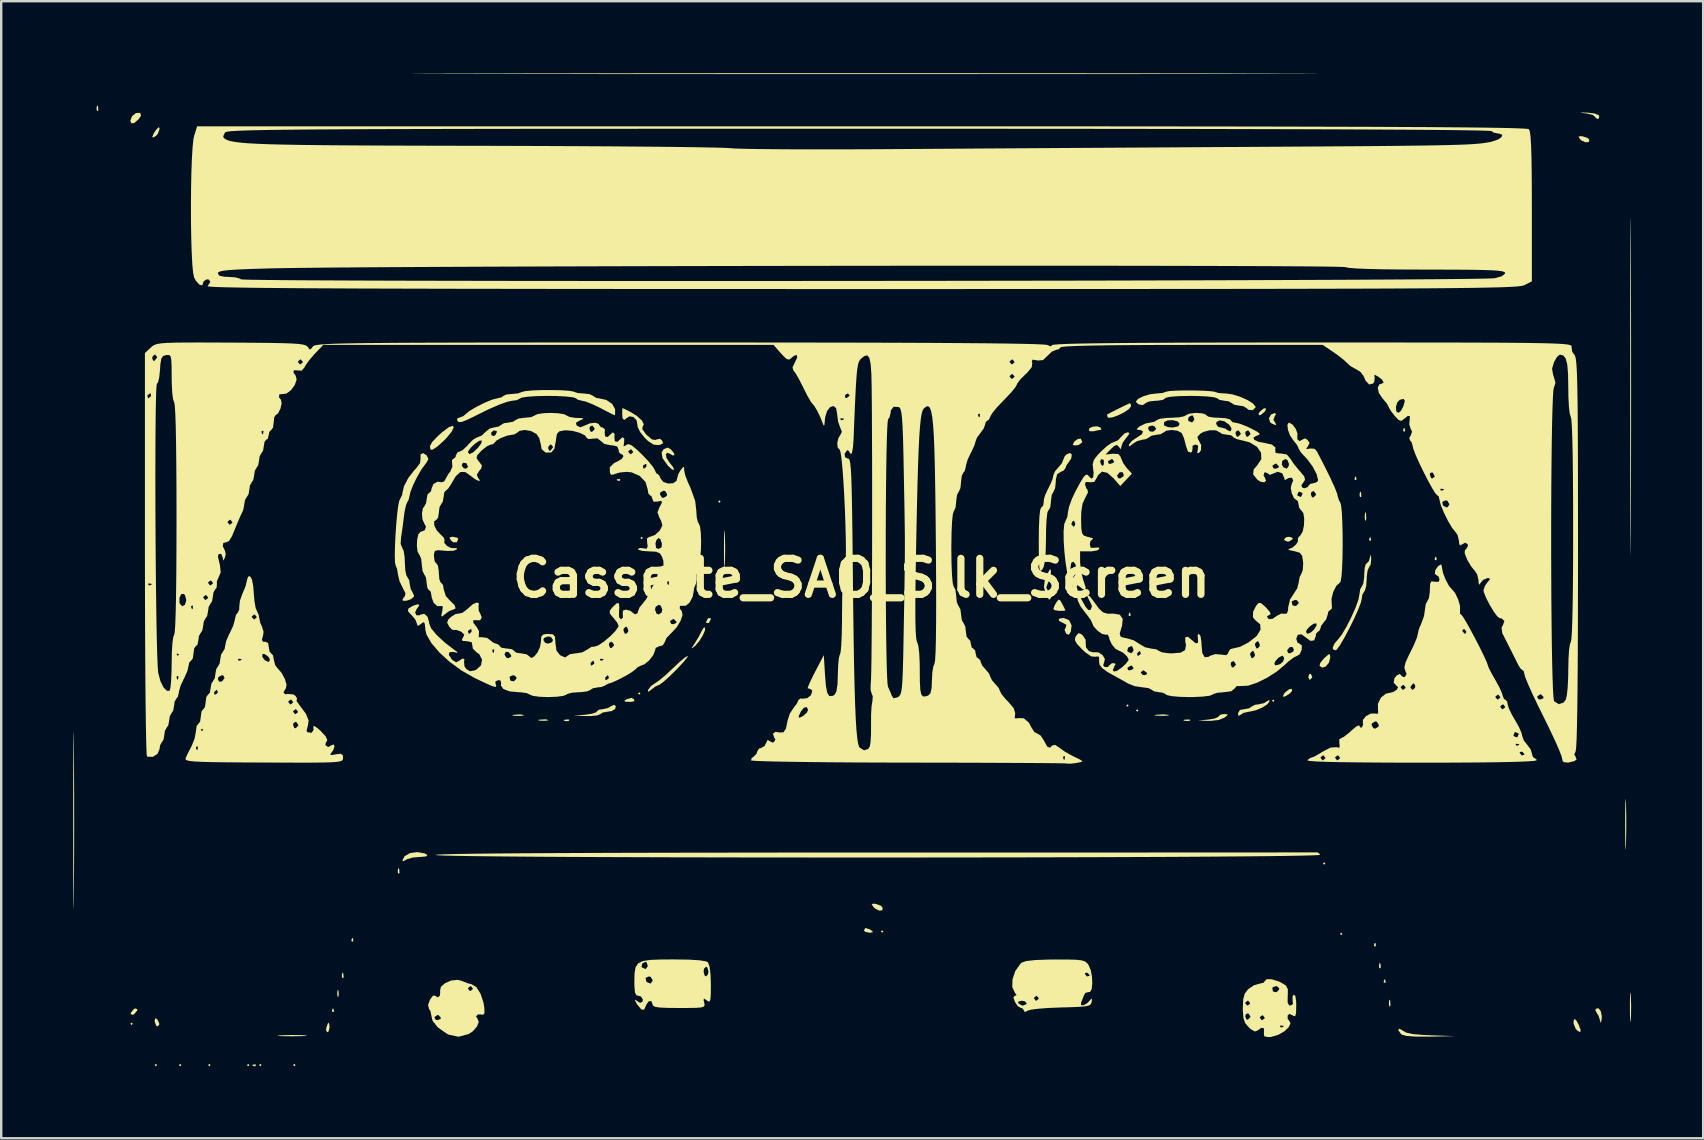
<source format=kicad_pcb>
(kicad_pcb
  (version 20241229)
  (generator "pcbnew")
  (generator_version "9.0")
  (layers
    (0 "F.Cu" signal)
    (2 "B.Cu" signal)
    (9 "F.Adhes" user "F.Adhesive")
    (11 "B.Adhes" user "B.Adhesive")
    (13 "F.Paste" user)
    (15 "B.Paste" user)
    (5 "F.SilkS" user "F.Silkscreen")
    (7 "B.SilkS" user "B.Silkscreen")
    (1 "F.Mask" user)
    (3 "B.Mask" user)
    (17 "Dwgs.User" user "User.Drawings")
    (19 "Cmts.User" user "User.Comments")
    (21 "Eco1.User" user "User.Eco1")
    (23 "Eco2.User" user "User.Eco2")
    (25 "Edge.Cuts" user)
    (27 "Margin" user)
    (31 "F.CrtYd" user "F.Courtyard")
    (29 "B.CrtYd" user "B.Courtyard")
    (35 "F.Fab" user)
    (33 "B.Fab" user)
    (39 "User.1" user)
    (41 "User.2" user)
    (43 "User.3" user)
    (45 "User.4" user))
  (footprint "Cassette_SAO_Silk_Screen"
    (layer "F.Cu")
    (at 32.841 21.034)
    (property "Reference" "Cassette_SAO_Silk_Screen" (at 0 0 0) (layer "F.SilkS") (effects (font (size 1.5 1.5) (thickness 0.3))))
    (attr board_only exclude_from_pos_files exclude_from_bom)
    (fp_poly (pts (xy -30.359 18.569) (xy -30.409 18.62) (xy -30.46 18.569) (xy -30.409 18.519)) (stroke (width 0) (type solid)) (fill yes) (layer "F.SilkS"))
    (fp_poly (pts (xy -29.347 20.29) (xy -29.397 20.34) (xy -29.448 20.29) (xy -29.397 20.239)) (stroke (width 0) (type solid)) (fill yes) (layer "F.SilkS"))
    (fp_poly (pts (xy -28.335 20.29) (xy -28.385 20.34) (xy -28.436 20.29) (xy -28.385 20.239)) (stroke (width 0) (type solid)) (fill yes) (layer "F.SilkS"))
    (fp_poly (pts (xy -27.12 20.29) (xy -27.171 20.34) (xy -27.222 20.29) (xy -27.171 20.239)) (stroke (width 0) (type solid)) (fill yes) (layer "F.SilkS"))
    (fp_poly (pts (xy -25.501 20.29) (xy -25.552 20.34) (xy -25.602 20.29) (xy -25.552 20.239)) (stroke (width 0) (type solid)) (fill yes) (layer "F.SilkS"))
    (fp_poly (pts (xy -24.995 20.29) (xy -25.046 20.34) (xy -25.096 20.29) (xy -25.046 20.239)) (stroke (width 0) (type solid)) (fill yes) (layer "F.SilkS"))
    (fp_poly (pts (xy -23.578 20.29) (xy -23.629 20.34) (xy -23.68 20.29) (xy -23.629 20.239)) (stroke (width 0) (type solid)) (fill yes) (layer "F.SilkS"))
    (fp_poly (pts (xy -9.209 4.807) (xy -9.259 4.857) (xy -9.31 4.807) (xy -9.259 4.756)) (stroke (width 0) (type solid)) (fill yes) (layer "F.SilkS"))
    (fp_poly (pts (xy -9.108 -1.67) (xy -9.158 -1.619) (xy -9.209 -1.67) (xy -9.158 -1.72)) (stroke (width 0) (type solid)) (fill yes) (layer "F.SilkS"))
    (fp_poly (pts (xy -5.869 -3.188) (xy -5.92 -3.137) (xy -5.971 -3.188) (xy -5.92 -3.238)) (stroke (width 0) (type solid)) (fill yes) (layer "F.SilkS"))
    (fp_poly (pts (xy 0.911 14.724) (xy 0.86 14.775) (xy 0.81 14.724) (xy 0.86 14.673)) (stroke (width 0) (type solid)) (fill yes) (layer "F.SilkS"))
    (fp_poly (pts (xy 11.131 5.313) (xy 11.081 5.363) (xy 11.03 5.313) (xy 11.081 5.262)) (stroke (width 0) (type solid)) (fill yes) (layer "F.SilkS"))
    (fp_poly (pts (xy 11.536 5.515) (xy 11.486 5.566) (xy 11.435 5.515) (xy 11.486 5.465)) (stroke (width 0) (type solid)) (fill yes) (layer "F.SilkS"))
    (fp_poly (pts (xy 17.203 5.11) (xy 17.153 5.161) (xy 17.102 5.11) (xy 17.153 5.06)) (stroke (width 0) (type solid)) (fill yes) (layer "F.SilkS"))
    (fp_poly (pts (xy 19.328 11.89) (xy 19.278 11.941) (xy 19.227 11.89) (xy 19.278 11.84)) (stroke (width 0) (type solid)) (fill yes) (layer "F.SilkS"))
    (fp_poly (pts (xy 20.037 14.825) (xy 19.986 14.876) (xy 19.935 14.825) (xy 19.986 14.775)) (stroke (width 0) (type solid)) (fill yes) (layer "F.SilkS"))
    (fp_poly (pts (xy -31.807 -19.651) (xy -31.795 -19.493) (xy -31.815 -19.457) (xy -31.861 -19.487) (xy -31.869 -19.59) (xy -31.844 -19.698)) (stroke (width 0) (type solid)) (fill yes) (layer "F.SilkS"))
    (fp_poly (pts (xy -25.231 20.273) (xy -25.245 20.333) (xy -25.299 20.34) (xy -25.382 20.303) (xy -25.366 20.273) (xy -25.246 20.261)) (stroke (width 0) (type solid)) (fill yes) (layer "F.SilkS"))
    (fp_poly (pts (xy -21.993 17.945) (xy -21.981 18.065) (xy -21.993 18.08) (xy -22.053 18.066) (xy -22.061 18.013) (xy -22.024 17.929)) (stroke (width 0) (type solid)) (fill yes) (layer "F.SilkS"))
    (fp_poly (pts (xy -21.791 17.178) (xy -21.778 17.385) (xy -21.791 17.431) (xy -21.828 17.444) (xy -21.842 17.304) (xy -21.826 17.161)) (stroke (width 0) (type solid)) (fill yes) (layer "F.SilkS"))
    (fp_poly (pts (xy -21.587 16.476) (xy -21.575 16.634) (xy -21.595 16.67) (xy -21.641 16.64) (xy -21.648 16.537) (xy -21.623 16.429)) (stroke (width 0) (type solid)) (fill yes) (layer "F.SilkS"))
    (fp_poly (pts (xy -21.184 15.011) (xy -21.171 15.131) (xy -21.184 15.146) (xy -21.244 15.132) (xy -21.251 15.078) (xy -21.214 14.995)) (stroke (width 0) (type solid)) (fill yes) (layer "F.SilkS"))
    (fp_poly (pts (xy -19.259 12.124) (xy -19.247 12.283) (xy -19.267 12.318) (xy -19.313 12.288) (xy -19.32 12.186) (xy -19.296 12.078)) (stroke (width 0) (type solid)) (fill yes) (layer "F.SilkS"))
    (fp_poly (pts (xy -12.171 5.909) (xy -12.201 5.955) (xy -12.304 5.963) (xy -12.412 5.938) (xy -12.365 5.901) (xy -12.207 5.889)) (stroke (width 0) (type solid)) (fill yes) (layer "F.SilkS"))
    (fp_poly (pts (xy -10.052 -4.115) (xy -10.066 -4.055) (xy -10.12 -4.048) (xy -10.203 -4.085) (xy -10.187 -4.115) (xy -10.067 -4.127)) (stroke (width 0) (type solid)) (fill yes) (layer "F.SilkS"))
    (fp_poly (pts (xy -5.903 0.481) (xy -5.89 0.688) (xy -5.903 0.734) (xy -5.94 0.746) (xy -5.955 0.607) (xy -5.939 0.464)) (stroke (width 0) (type solid)) (fill yes) (layer "F.SilkS"))
    (fp_poly (pts (xy 11.199 1.45) (xy 11.211 1.571) (xy 11.199 1.585) (xy 11.139 1.572) (xy 11.131 1.518) (xy 11.168 1.435)) (stroke (width 0) (type solid)) (fill yes) (layer "F.SilkS"))
    (fp_poly (pts (xy 13.687 5.903) (xy 13.699 5.94) (xy 13.56 5.955) (xy 13.416 5.939) (xy 13.434 5.903) (xy 13.641 5.89)) (stroke (width 0) (type solid)) (fill yes) (layer "F.SilkS"))
    (fp_poly (pts (xy 20.61 -4.216) (xy 20.622 -4.096) (xy 20.61 -4.082) (xy 20.55 -4.095) (xy 20.543 -4.149) (xy 20.58 -4.232)) (stroke (width 0) (type solid)) (fill yes) (layer "F.SilkS"))
    (fp_poly (pts (xy 20.814 -3.561) (xy 20.826 -3.403) (xy 20.806 -3.367) (xy 20.76 -3.397) (xy 20.753 -3.5) (xy 20.778 -3.608)) (stroke (width 0) (type solid)) (fill yes) (layer "F.SilkS"))
    (fp_poly (pts (xy 21.217 -1.687) (xy 21.229 -1.566) (xy 21.217 -1.552) (xy 21.157 -1.566) (xy 21.15 -1.619) (xy 21.187 -1.702)) (stroke (width 0) (type solid)) (fill yes) (layer "F.SilkS"))
    (fp_poly (pts (xy 21.42 15.213) (xy 21.432 15.333) (xy 21.42 15.348) (xy 21.359 15.334) (xy 21.352 15.28) (xy 21.389 15.197)) (stroke (width 0) (type solid)) (fill yes) (layer "F.SilkS"))
    (fp_poly (pts (xy 21.624 16.071) (xy 21.636 16.229) (xy 21.616 16.265) (xy 21.57 16.235) (xy 21.563 16.132) (xy 21.587 16.024)) (stroke (width 0) (type solid)) (fill yes) (layer "F.SilkS"))
    (fp_poly (pts (xy 21.824 16.731) (xy 21.837 16.851) (xy 21.824 16.866) (xy 21.764 16.852) (xy 21.757 16.798) (xy 21.794 16.715)) (stroke (width 0) (type solid)) (fill yes) (layer "F.SilkS"))
    (fp_poly (pts (xy 22.026 17.583) (xy 22.04 17.79) (xy 22.026 17.836) (xy 21.989 17.848) (xy 21.975 17.709) (xy 21.991 17.566)) (stroke (width 0) (type solid)) (fill yes) (layer "F.SilkS"))
    (fp_poly (pts (xy 22.634 -6.24) (xy 22.646 -6.12) (xy 22.634 -6.105) (xy 22.574 -6.119) (xy 22.567 -6.173) (xy 22.604 -6.256)) (stroke (width 0) (type solid)) (fill yes) (layer "F.SilkS"))
    (fp_poly (pts (xy 23.95 -0.877) (xy 23.962 -0.757) (xy 23.95 -0.742) (xy 23.889 -0.756) (xy 23.882 -0.81) (xy 23.919 -0.893)) (stroke (width 0) (type solid)) (fill yes) (layer "F.SilkS"))
    (fp_poly (pts (xy 18.723 3.998) (xy 18.781 4.12) (xy 18.767 4.156) (xy 18.67 4.246) (xy 18.622 4.144) (xy 18.62 4.092) (xy 18.67 3.988)) (stroke (width 0) (type solid)) (fill yes) (layer "F.SilkS"))
    (fp_poly (pts (xy -30.17 17.958) (xy -30.175 18.019) (xy -30.303 18.172) (xy -30.352 18.196) (xy -30.446 18.169) (xy -30.441 18.108) (xy -30.313 17.954) (xy -30.264 17.931)) (stroke (width 0) (type solid)) (fill yes) (layer "F.SilkS"))
    (fp_poly (pts (xy -29.335 18.388) (xy -29.256 18.554) (xy -29.261 18.617) (xy -29.342 18.68) (xy -29.374 18.66) (xy -29.441 18.502) (xy -29.448 18.431) (xy -29.416 18.335)) (stroke (width 0) (type solid)) (fill yes) (layer "F.SilkS"))
    (fp_poly (pts (xy -22.169 18.604) (xy -22.162 18.721) (xy -22.2 18.886) (xy -22.253 18.924) (xy -22.306 18.843) (xy -22.292 18.721) (xy -22.234 18.558) (xy -22.201 18.519)) (stroke (width 0) (type solid)) (fill yes) (layer "F.SilkS"))
    (fp_poly (pts (xy -16.842 -1.682) (xy -16.798 -1.625) (xy -16.864 -1.489) (xy -17.01 -1.493) (xy -17.103 -1.57) (xy -17.167 -1.685) (xy -17.061 -1.72) (xy -17.013 -1.72)) (stroke (width 0) (type solid)) (fill yes) (layer "F.SilkS"))
    (fp_poly (pts (xy -14.09 5.699) (xy -14.067 5.726) (xy -14.212 5.741) (xy -14.319 5.743) (xy -14.515 5.733) (xy -14.545 5.71) (xy -14.495 5.697) (xy -14.231 5.68)) (stroke (width 0) (type solid)) (fill yes) (layer "F.SilkS"))
    (fp_poly (pts (xy -13.079 5.901) (xy -13.048 5.93) (xy -13.188 5.946) (xy -13.257 5.947) (xy -13.441 5.936) (xy -13.462 5.91) (xy -13.434 5.901) (xy -13.177 5.885)) (stroke (width 0) (type solid)) (fill yes) (layer "F.SilkS"))
    (fp_poly (pts (xy -9.482 5.049) (xy -9.455 5.129) (xy -9.604 5.157) (xy -9.669 5.158) (xy -9.861 5.147) (xy -9.872 5.106) (xy -9.781 5.046) (xy -9.583 4.991)) (stroke (width 0) (type solid)) (fill yes) (layer "F.SilkS"))
    (fp_poly (pts (xy -6.282 1.674) (xy -6.274 1.708) (xy -6.348 1.851) (xy -6.375 1.872) (xy -6.469 1.867) (xy -6.476 1.833) (xy -6.403 1.69) (xy -6.375 1.67)) (stroke (width 0) (type solid)) (fill yes) (layer "F.SilkS"))
    (fp_poly (pts (xy 0.349 14.639) (xy 0.405 14.673) (xy 0.484 14.747) (xy 0.384 14.772) (xy 0.329 14.773) (xy 0.151 14.736) (xy 0.101 14.673) (xy 0.165 14.579)) (stroke (width 0) (type solid)) (fill yes) (layer "F.SilkS"))
    (fp_poly (pts (xy 12.777 5.697) (xy 12.818 5.721) (xy 12.685 5.736) (xy 12.498 5.739) (xy 12.268 5.732) (xy 12.201 5.713) (xy 12.271 5.696) (xy 12.571 5.679)) (stroke (width 0) (type solid)) (fill yes) (layer "F.SilkS"))
    (fp_poly (pts (xy 16.854 -7.023) (xy 16.798 -6.932) (xy 16.646 -6.804) (xy 16.571 -6.78) (xy 16.54 -6.841) (xy 16.596 -6.932) (xy 16.748 -7.059) (xy 16.823 -7.084)) (stroke (width 0) (type solid)) (fill yes) (layer "F.SilkS"))
    (fp_poly (pts (xy 17.937 4.711) (xy 17.842 4.813) (xy 17.642 4.936) (xy 17.554 4.937) (xy 17.603 4.823) (xy 17.656 4.759) (xy 17.821 4.63) (xy 17.931 4.616)) (stroke (width 0) (type solid)) (fill yes) (layer "F.SilkS"))
    (fp_poly (pts (xy 17.956 -1.681) (xy 17.962 -1.619) (xy 17.816 -1.526) (xy 17.754 -1.518) (xy 17.623 -1.575) (xy 17.608 -1.619) (xy 17.693 -1.701) (xy 17.816 -1.72)) (stroke (width 0) (type solid)) (fill yes) (layer "F.SilkS"))
    (fp_poly (pts (xy 21.013 -2.722) (xy 21.018 -2.705) (xy 21.032 -2.485) (xy 21.014 -2.401) (xy 20.981 -2.398) (xy 20.967 -2.557) (xy 20.967 -2.58) (xy 20.982 -2.737)) (stroke (width 0) (type solid)) (fill yes) (layer "F.SilkS"))
    (fp_poly (pts (xy -30.053 -19.378) (xy -30.014 -19.265) (xy -30.115 -19.116) (xy -30.308 -18.951) (xy -30.429 -18.95) (xy -30.46 -19.063) (xy -30.389 -19.243) (xy -30.23 -19.372) (xy -30.065 -19.384)) (stroke (width 0) (type solid)) (fill yes) (layer "F.SilkS"))
    (fp_poly (pts (xy -29.247 -18.742) (xy -29.245 -18.702) (xy -29.318 -18.507) (xy -29.397 -18.418) (xy -29.518 -18.352) (xy -29.546 -18.38) (xy -29.488 -18.522) (xy -29.394 -18.665) (xy -29.284 -18.786)) (stroke (width 0) (type solid)) (fill yes) (layer "F.SilkS"))
    (fp_poly (pts (xy 0.604 13.576) (xy 0.806 13.65) (xy 0.886 13.737) (xy 0.862 13.844) (xy 0.734 13.853) (xy 0.569 13.771) (xy 0.498 13.702) (xy 0.424 13.587) (xy 0.509 13.564)) (stroke (width 0) (type solid)) (fill yes) (layer "F.SilkS"))
    (fp_poly (pts (xy 9.142 -5.801) (xy 9.202 -5.659) (xy 9.065 -5.554) (xy 9.006 -5.536) (xy 8.845 -5.526) (xy 8.804 -5.563) (xy 8.872 -5.693) (xy 9.013 -5.796) (xy 9.135 -5.807)) (stroke (width 0) (type solid)) (fill yes) (layer "F.SilkS"))
    (fp_poly (pts (xy 29.792 18.446) (xy 29.873 18.595) (xy 29.963 18.827) (xy 29.945 18.922) (xy 29.832 18.86) (xy 29.755 18.777) (xy 29.668 18.559) (xy 29.67 18.448) (xy 29.713 18.365)) (stroke (width 0) (type solid)) (fill yes) (layer "F.SilkS"))
    (fp_poly (pts (xy 30.052 -18.402) (xy 30.252 -18.334) (xy 30.328 -18.257) (xy 30.297 -18.164) (xy 30.161 -18.157) (xy 29.998 -18.231) (xy 29.932 -18.292) (xy 29.875 -18.395) (xy 29.977 -18.411)) (stroke (width 0) (type solid)) (fill yes) (layer "F.SilkS"))
    (fp_poly (pts (xy 9.961 -6.271) (xy 9.996 -6.184) (xy 9.946 -6.173) (xy 9.753 -6.139) (xy 9.683 -6.115) (xy 9.519 -6.116) (xy 9.473 -6.155) (xy 9.499 -6.246) (xy 9.644 -6.309) (xy 9.827 -6.322)) (stroke (width 0) (type solid)) (fill yes) (layer "F.SilkS"))
    (fp_poly (pts (xy -23.341 19.043) (xy -23.196 19.052) (xy -23.09 19.067) (xy -23.167 19.079) (xy -23.407 19.087) (xy -23.73 19.089) (xy -24.089 19.086) (xy -24.295 19.077) (xy -24.331 19.064) (xy -24.208 19.051) (xy -23.781 19.036)) (stroke (width 0) (type solid)) (fill yes) (layer "F.SilkS"))
    (fp_poly (pts (xy 8.281 0.93) (xy 8.368 1.083) (xy 8.463 1.271) (xy 8.5 1.352) (xy 8.413 1.363) (xy 8.247 1.366) (xy 8.057 1.34) (xy 7.994 1.289) (xy 8.043 1.149) (xy 8.115 1.019) (xy 8.208 0.897)) (stroke (width 0) (type solid)) (fill yes) (layer "F.SilkS"))
    (fp_poly (pts (xy 17.267 -6.824) (xy 17.218 -6.747) (xy 17.163 -6.589) (xy 17.226 -6.494) (xy 17.281 -6.394) (xy 17.244 -6.375) (xy 17.09 -6.44) (xy 17.023 -6.494) (xy 16.976 -6.654) (xy 17.063 -6.813) (xy 17.228 -6.881)) (stroke (width 0) (type solid)) (fill yes) (layer "F.SilkS"))
    (fp_poly (pts (xy 19.531 3.292) (xy 19.531 3.302) (xy 19.475 3.526) (xy 19.345 3.684) (xy 19.192 3.733) (xy 19.084 3.658) (xy 19.114 3.538) (xy 19.257 3.36) (xy 19.281 3.337) (xy 19.449 3.188) (xy 19.517 3.175)) (stroke (width 0) (type solid)) (fill yes) (layer "F.SilkS"))
    (fp_poly (pts (xy 30.802 18.047) (xy 30.844 18.261) (xy 30.837 18.38) (xy 30.804 18.533) (xy 30.781 18.492) (xy 30.779 18.463) (xy 30.71 18.232) (xy 30.644 18.136) (xy 30.575 17.998) (xy 30.595 17.945) (xy 30.709 17.923)) (stroke (width 0) (type solid)) (fill yes) (layer "F.SilkS"))
    (fp_poly (pts (xy 32.052 17.384) (xy 32.067 17.81) (xy 32.061 18.251) (xy 32.052 18.396) (xy 32.037 18.502) (xy 32.025 18.425) (xy 32.017 18.184) (xy 32.015 17.861) (xy 32.018 17.502) (xy 32.027 17.296) (xy 32.039 17.26)) (stroke (width 0) (type solid)) (fill yes) (layer "F.SilkS"))
    (fp_poly (pts (xy -6.518 2.175) (xy -6.61 2.388) (xy -6.756 2.624) (xy -6.919 2.815) (xy -6.949 2.841) (xy -7.067 2.929) (xy -7.066 2.896) (xy -6.955 2.732) (xy -6.786 2.458) (xy -6.675 2.238) (xy -6.581 2.078) (xy -6.517 2.051)) (stroke (width 0) (type solid)) (fill yes) (layer "F.SilkS"))
    (fp_poly (pts (xy -16.988 -6.28) (xy -17.071 -6.105) (xy -17.284 -5.841) (xy -17.394 -5.729) (xy -17.675 -5.476) (xy -17.872 -5.349) (xy -17.956 -5.353) (xy -17.98 -5.492) (xy -17.883 -5.672) (xy -17.644 -5.921) (xy -17.476 -6.071) (xy -17.196 -6.283) (xy -17.032 -6.346)) (stroke (width 0) (type solid)) (fill yes) (layer "F.SilkS"))
    (fp_poly (pts (xy -5.698 -1.915) (xy -5.693 -1.847) (xy -5.679 -1.366) (xy -5.683 -0.84) (xy -5.693 -0.582) (xy -5.706 -0.439) (xy -5.717 -0.483) (xy -5.725 -0.696) (xy -5.729 -1.062) (xy -5.729 -1.214) (xy -5.727 -1.628) (xy -5.72 -1.893) (xy -5.71 -1.995)) (stroke (width 0) (type solid)) (fill yes) (layer "F.SilkS"))
    (fp_poly (pts (xy 15.251 5.676) (xy 15.23 5.731) (xy 15.123 5.816) (xy 14.883 5.912) (xy 14.54 5.95) (xy 14.471 5.95) (xy 14.016 5.935) (xy 14.446 5.896) (xy 14.708 5.853) (xy 14.86 5.789) (xy 14.876 5.762) (xy 14.961 5.687) (xy 15.097 5.667)) (stroke (width 0) (type solid)) (fill yes) (layer "F.SilkS"))
    (fp_poly (pts (xy -18.481 11.421) (xy -18.199 11.472) (xy -18.082 11.538) (xy -18.14 11.596) (xy -18.381 11.62) (xy -18.404 11.619) (xy -18.707 11.645) (xy -18.938 11.715) (xy -18.975 11.739) (xy -19.097 11.8) (xy -19.126 11.763) (xy -19.036 11.588) (xy -18.813 11.46) (xy -18.524 11.418)) (stroke (width 0) (type solid)) (fill yes) (layer "F.SilkS"))
    (fp_poly (pts (xy 8.425 1.662) (xy 8.649 1.753) (xy 8.754 1.969) (xy 8.722 2.228) (xy 8.639 2.364) (xy 8.531 2.318) (xy 8.525 2.312) (xy 8.461 2.153) (xy 8.508 2.065) (xy 8.539 1.949) (xy 8.405 1.874) (xy 8.224 1.778) (xy 8.23 1.694) (xy 8.418 1.661)) (stroke (width 0) (type solid)) (fill yes) (layer "F.SilkS"))
    (fp_poly (pts (xy 22.506 18.821) (xy 22.545 18.853) (xy 22.699 18.938) (xy 22.965 18.997) (xy 23.375 19.034) (xy 23.734 19.05) (xy 24.742 19.084) (xy 23.675 19.105) (xy 23.091 19.104) (xy 22.702 19.075) (xy 22.501 19.017) (xy 22.486 19.004) (xy 22.373 18.848) (xy 22.386 18.771)) (stroke (width 0) (type solid)) (fill yes) (layer "F.SilkS"))
    (fp_poly (pts (xy 30.129 -19.394) (xy 30.25 -19.391) (xy 30.544 -19.356) (xy 30.718 -19.282) (xy 30.739 -19.252) (xy 30.713 -19.138) (xy 30.671 -19.126) (xy 30.566 -19.194) (xy 30.561 -19.221) (xy 30.472 -19.292) (xy 30.25 -19.35) (xy 30.181 -19.359) (xy 29.976 -19.385) (xy 29.956 -19.395)) (stroke (width 0) (type solid)) (fill yes) (layer "F.SilkS"))
    (fp_poly (pts (xy 11.228 -7.205) (xy 11.23 -7.16) (xy 11.148 -7.045) (xy 10.948 -6.908) (xy 10.695 -6.781) (xy 10.454 -6.693) (xy 10.29 -6.677) (xy 10.261 -6.696) (xy 10.228 -6.803) (xy 10.236 -6.814) (xy 10.398 -6.902) (xy 10.642 -7.026) (xy 10.899 -7.153) (xy 11.105 -7.251) (xy 11.192 -7.286)) (stroke (width 0) (type solid)) (fill yes) (layer "F.SilkS"))
    (fp_poly (pts (xy 31.85 9.37) (xy 31.851 9.381) (xy 31.863 9.907) (xy 31.863 10.51) (xy 31.852 11.067) (xy 31.851 11.101) (xy 31.84 11.293) (xy 31.831 11.295) (xy 31.824 11.122) (xy 31.819 10.787) (xy 31.817 10.304) (xy 31.817 10.271) (xy 31.818 9.775) (xy 31.823 9.422) (xy 31.83 9.227) (xy 31.839 9.205)) (stroke (width 0) (type solid)) (fill yes) (layer "F.SilkS"))
    (fp_poly (pts (xy -10.234 5.347) (xy -10.267 5.458) (xy -10.411 5.542) (xy -10.575 5.566) (xy -10.787 5.604) (xy -10.878 5.667) (xy -11.007 5.721) (xy -11.269 5.749) (xy -11.466 5.75) (xy -11.992 5.732) (xy -11.511 5.694) (xy -11.231 5.654) (xy -11.057 5.594) (xy -11.03 5.56) (xy -10.944 5.486) (xy -10.798 5.465) (xy -10.561 5.415) (xy -10.445 5.345) (xy -10.305 5.277)) (stroke (width 0) (type solid)) (fill yes) (layer "F.SilkS"))
    (fp_poly (pts (xy 17.001 5.133) (xy 16.914 5.256) (xy 16.702 5.393) (xy 16.435 5.507) (xy 16.182 5.564) (xy 16.145 5.566) (xy 15.912 5.619) (xy 15.807 5.687) (xy 15.709 5.746) (xy 15.685 5.637) (xy 15.768 5.495) (xy 15.932 5.465) (xy 16.147 5.427) (xy 16.242 5.363) (xy 16.383 5.283) (xy 16.531 5.262) (xy 16.767 5.211) (xy 16.879 5.141) (xy 16.982 5.076)) (stroke (width 0) (type solid)) (fill yes) (layer "F.SilkS"))
    (fp_poly (pts (xy -7.944 -5.363) (xy -7.816 -5.211) (xy -7.792 -5.136) (xy -7.851 -5.101) (xy -7.935 -5.153) (xy -8.085 -5.225) (xy -8.15 -5.159) (xy -8.124 -5.005) (xy -7.999 -4.812) (xy -7.988 -4.8) (xy -7.846 -4.621) (xy -7.804 -4.51) (xy -7.808 -4.504) (xy -7.902 -4.534) (xy -8.059 -4.676) (xy -8.063 -4.681) (xy -8.289 -4.997) (xy -8.328 -5.239) (xy -8.241 -5.368) (xy -8.08 -5.437)) (stroke (width 0) (type solid)) (fill yes) (layer "F.SilkS"))
    (fp_poly (pts (xy 7.893 -0.226) (xy 7.839 0.051) (xy 7.769 0.201) (xy 7.697 0.389) (xy 7.766 0.521) (xy 7.873 0.569) (xy 7.964 0.446) (xy 7.985 0.397) (xy 8.083 0.152) (xy 8.089 0.43) (xy 8.064 0.632) (xy 8.002 0.708) (xy 7.9 0.791) (xy 7.875 0.859) (xy 7.821 0.904) (xy 7.724 0.755) (xy 7.716 0.737) (xy 7.603 0.388) (xy 7.637 0.073) (xy 7.741 -0.166) (xy 7.843 -0.349) (xy 7.885 -0.361)) (stroke (width 0) (type solid)) (fill yes) (layer "F.SilkS"))
    (fp_poly (pts (xy -7.257 3.304) (xy -7.397 3.478) (xy -7.628 3.729) (xy -7.741 3.845) (xy -8.027 4.123) (xy -8.264 4.334) (xy -8.414 4.444) (xy -8.439 4.453) (xy -8.58 4.514) (xy -8.735 4.63) (xy -8.873 4.736) (xy -8.898 4.698) (xy -8.887 4.655) (xy -8.765 4.495) (xy -8.607 4.387) (xy -8.419 4.258) (xy -8.15 4.032) (xy -7.856 3.757) (xy -7.853 3.754) (xy -7.585 3.502) (xy -7.366 3.318) (xy -7.241 3.239) (xy -7.235 3.238)) (stroke (width 0) (type solid)) (fill yes) (layer "F.SilkS"))
    (fp_poly (pts (xy -32.819 6.567) (xy -32.815 6.915) (xy -32.813 7.116) (xy -32.806 8.089) (xy -32.802 9.187) (xy -32.801 10.338) (xy -32.803 11.473) (xy -32.808 12.519) (xy -32.813 13.087) (xy -32.817 13.505) (xy -32.822 13.728) (xy -32.826 13.765) (xy -32.83 13.622) (xy -32.834 13.307) (xy -32.836 12.827) (xy -32.839 12.191) (xy -32.84 11.406) (xy -32.841 10.48) (xy -32.841 10.069) (xy -32.841 9.09) (xy -32.839 8.25) (xy -32.837 7.558) (xy -32.835 7.021) (xy -32.832 6.646) (xy -32.828 6.44) (xy -32.824 6.412)) (stroke (width 0) (type solid)) (fill yes) (layer "F.SilkS"))
    (fp_poly (pts (xy -9.871 -7.044) (xy -9.673 -6.946) (xy -9.645 -6.933) (xy -9.35 -6.751) (xy -9.146 -6.563) (xy -9.067 -6.403) (xy -9.109 -6.324) (xy -9.133 -6.21) (xy -8.984 -6.001) (xy -8.947 -5.961) (xy -8.726 -5.774) (xy -8.575 -5.753) (xy -8.547 -5.771) (xy -8.395 -5.803) (xy -8.309 -5.731) (xy -8.26 -5.619) (xy -8.378 -5.556) (xy -8.442 -5.542) (xy -8.655 -5.556) (xy -8.883 -5.703) (xy -9.026 -5.84) (xy -9.22 -6.081) (xy -9.325 -6.296) (xy -9.332 -6.366) (xy -9.367 -6.568) (xy -9.5 -6.71) (xy -9.665 -6.739) (xy -9.739 -6.695) (xy -9.886 -6.588) (xy -9.955 -6.657) (xy -9.968 -6.831) (xy -9.964 -7.021) (xy -9.958 -7.084)) (stroke (width 0) (type solid)) (fill yes) (layer "F.SilkS"))
    (fp_poly (pts (xy 32.044 -14.968) (xy 32.047 -14.732) (xy 32.05 -14.304) (xy 32.054 -13.687) (xy 32.059 -12.372) (xy 32.062 -10.908) (xy 32.064 -9.347) (xy 32.065 -7.741) (xy 32.064 -6.144) (xy 32.061 -4.607) (xy 32.057 -3.184) (xy 32.054 -2.302) (xy 32.05 -1.679) (xy 32.047 -1.254) (xy 32.044 -1.019) (xy 32.041 -0.971) (xy 32.038 -1.103) (xy 32.036 -1.411) (xy 32.033 -1.888) (xy 32.031 -2.529) (xy 32.03 -3.329) (xy 32.028 -4.283) (xy 32.027 -5.384) (xy 32.027 -6.628) (xy 32.027 -7.994) (xy 32.027 -9.374) (xy 32.027 -10.616) (xy 32.028 -11.716) (xy 32.03 -12.668) (xy 32.031 -13.466) (xy 32.033 -14.106) (xy 32.036 -14.582) (xy 32.038 -14.888) (xy 32.041 -15.018)) (stroke (width 0) (type solid)) (fill yes) (layer "F.SilkS"))
    (fp_poly (pts (xy 21.229 -0.922) (xy 21.237 -0.79) (xy 21.214 -0.567) (xy 21.15 -0.455) (xy 21.088 -0.324) (xy 21.052 -0.068) (xy 21.049 0.051) (xy 21.027 0.335) (xy 20.974 0.525) (xy 20.947 0.557) (xy 20.867 0.697) (xy 20.846 0.849) (xy 20.802 1.036) (xy 20.684 1.339) (xy 20.515 1.712) (xy 20.32 2.108) (xy 20.121 2.482) (xy 19.942 2.786) (xy 19.805 2.974) (xy 19.758 3.011) (xy 19.647 2.971) (xy 19.632 2.908) (xy 19.702 2.736) (xy 19.832 2.582) (xy 20.001 2.371) (xy 20.201 2.038) (xy 20.404 1.641) (xy 20.582 1.241) (xy 20.705 0.897) (xy 20.745 0.688) (xy 20.779 0.464) (xy 20.846 0.354) (xy 20.908 0.223) (xy 20.944 -0.033) (xy 20.947 -0.158) (xy 20.966 -0.427) (xy 21.014 -0.588) (xy 21.042 -0.607) (xy 21.132 -0.693) (xy 21.18 -0.835) (xy 21.212 -0.972)) (stroke (width 0) (type solid)) (fill yes) (layer "F.SilkS"))
    (fp_poly (pts (xy 8.765 -5.137) (xy 8.737 -4.979) (xy 8.662 -4.868) (xy 8.535 -4.687) (xy 8.5 -4.583) (xy 8.416 -4.474) (xy 8.298 -4.423) (xy 8.153 -4.33) (xy 8.099 -4.116) (xy 8.096 -4.013) (xy 8.069 -3.757) (xy 8.005 -3.601) (xy 7.994 -3.592) (xy 7.926 -3.458) (xy 7.894 -3.213) (xy 7.893 -3.182) (xy 7.867 -2.95) (xy 7.804 -2.836) (xy 7.792 -2.833) (xy 7.747 -2.737) (xy 7.713 -2.463) (xy 7.692 -2.04) (xy 7.688 -1.695) (xy 7.677 -1.131) (xy 7.648 -0.738) (xy 7.597 -0.485) (xy 7.536 -0.36) (xy 7.477 -0.3) (xy 7.435 -0.32) (xy 7.409 -0.446) (xy 7.394 -0.704) (xy 7.388 -1.119) (xy 7.387 -1.549) (xy 7.394 -2.132) (xy 7.415 -2.57) (xy 7.447 -2.844) (xy 7.488 -2.935) (xy 7.57 -3.019) (xy 7.59 -3.138) (xy 7.602 -3.289) (xy 7.652 -3.455) (xy 7.764 -3.698) (xy 7.877 -3.92) (xy 7.969 -4.149) (xy 7.994 -4.284) (xy 8.064 -4.45) (xy 8.197 -4.604) (xy 8.349 -4.784) (xy 8.399 -4.911) (xy 8.47 -5.077) (xy 8.542 -5.153) (xy 8.691 -5.214)) (stroke (width 0) (type solid)) (fill yes) (layer "F.SilkS"))
    (fp_poly (pts (xy 13.851 -7.816) (xy 14.235 -7.806) (xy 14.545 -7.787) (xy 14.728 -7.76) (xy 14.751 -7.748) (xy 14.881 -7.71) (xy 15.127 -7.691) (xy 15.179 -7.691) (xy 15.463 -7.652) (xy 15.783 -7.551) (xy 16.085 -7.416) (xy 16.315 -7.27) (xy 16.419 -7.139) (xy 16.418 -7.106) (xy 16.298 -6.996) (xy 16.125 -7.008) (xy 16.039 -7.084) (xy 15.9 -7.163) (xy 15.736 -7.185) (xy 15.524 -7.223) (xy 15.432 -7.286) (xy 15.292 -7.365) (xy 15.129 -7.387) (xy 14.917 -7.425) (xy 14.825 -7.488) (xy 14.702 -7.532) (xy 14.419 -7.565) (xy 14.018 -7.585) (xy 13.706 -7.59) (xy 13.222 -7.58) (xy 12.869 -7.554) (xy 12.677 -7.514) (xy 12.649 -7.488) (xy 12.56 -7.425) (xy 12.336 -7.39) (xy 12.253 -7.387) (xy 11.991 -7.36) (xy 11.832 -7.291) (xy 11.817 -7.268) (xy 11.713 -7.206) (xy 11.553 -7.234) (xy 11.443 -7.325) (xy 11.436 -7.359) (xy 11.526 -7.467) (xy 11.747 -7.576) (xy 12.032 -7.66) (xy 12.299 -7.691) (xy 12.542 -7.711) (xy 12.685 -7.761) (xy 12.686 -7.761) (xy 12.812 -7.79) (xy 13.084 -7.808) (xy 13.449 -7.817)) (stroke (width 0) (type solid)) (fill yes) (layer "F.SilkS"))
    (fp_poly (pts (xy 1.946 -21.034) (xy 4.563 -21.033) (xy 7.126 -21.032) (xy 9.602 -21.03) (xy 11.959 -21.028) (xy 14.165 -21.025) (xy 15.407 -21.023) (xy 16.492 -21.021) (xy 17.378 -21.019) (xy 18.068 -21.017) (xy 18.566 -21.016) (xy 18.874 -21.014) (xy 18.997 -21.012) (xy 18.938 -21.01) (xy 18.699 -21.009) (xy 18.284 -21.007) (xy 17.697 -21.006) (xy 16.941 -21.005) (xy 16.02 -21.003) (xy 14.935 -21.002) (xy 13.692 -21.001) (xy 12.292 -21) (xy 10.74 -20.999) (xy 9.039 -20.999) (xy 7.192 -20.998) (xy 5.203 -20.998) (xy 3.074 -20.997) (xy 0.81 -20.997) (xy 0.101 -20.997) (xy -2.204 -20.997) (xy -4.374 -20.998) (xy -6.405 -20.998) (xy -8.296 -20.999) (xy -10.041 -20.999) (xy -11.638 -21) (xy -13.084 -21.001) (xy -14.375 -21.002) (xy -15.507 -21.003) (xy -16.478 -21.004) (xy -17.285 -21.005) (xy -17.923 -21.007) (xy -18.39 -21.008) (xy -18.682 -21.01) (xy -18.796 -21.012) (xy -18.728 -21.013) (xy -18.476 -21.015) (xy -18.036 -21.017) (xy -17.404 -21.019) (xy -16.577 -21.021) (xy -15.553 -21.023) (xy -15.205 -21.023) (xy -13.105 -21.026) (xy -10.835 -21.029) (xy -8.426 -21.031) (xy -5.912 -21.033) (xy -3.324 -21.034) (xy -0.694 -21.034)) (stroke (width 0) (type solid)) (fill yes) (layer "F.SilkS"))
    (fp_poly (pts (xy -16.666 16.779) (xy -16.402 16.882) (xy -16.243 16.921) (xy -16.044 17.045) (xy -15.87 17.319) (xy -15.746 17.691) (xy -15.713 17.899) (xy -15.706 18.126) (xy -15.764 18.196) (xy -15.83 18.181) (xy -15.984 18.179) (xy -16.057 18.262) (xy -15.994 18.364) (xy -15.944 18.492) (xy -16.02 18.684) (xy -16.187 18.879) (xy -16.368 18.999) (xy -16.789 19.11) (xy -17.191 19.024) (xy -17.278 18.98) (xy -17.651 18.72) (xy -17.867 18.448) (xy -17.902 18.309) (xy -17.791 18.309) (xy -17.742 18.401) (xy -17.659 18.418) (xy -17.533 18.366) (xy -17.526 18.309) (xy -17.631 18.204) (xy -17.659 18.2) (xy -17.777 18.279) (xy -17.791 18.309) (xy -17.902 18.309) (xy -17.912 18.27) (xy -17.957 18.046) (xy -18.016 17.949) (xy -18.057 17.783) (xy -17.976 17.567) (xy -17.855 17.398) (xy -17.766 17.396) (xy -17.763 17.4) (xy -17.654 17.472) (xy -17.564 17.398) (xy -17.55 17.233) (xy -17.558 17.202) (xy -17.537 17.102) (xy -16.394 17.102) (xy -16.317 17.2) (xy -16.292 17.203) (xy -16.194 17.126) (xy -16.191 17.102) (xy -16.268 17.004) (xy -16.292 17.001) (xy -16.391 17.078) (xy -16.394 17.102) (xy -17.537 17.102) (xy -17.522 17.029) (xy -17.346 16.875) (xy -17.094 16.768) (xy -16.827 16.738)) (stroke (width 0) (type solid)) (fill yes) (layer "F.SilkS"))
    (fp_poly (pts (xy -18.111 -5.107) (xy -18.043 -4.961) (xy -18.125 -4.802) (xy -18.162 -4.759) (xy -18.329 -4.53) (xy -18.512 -4.214) (xy -18.678 -3.878) (xy -18.791 -3.59) (xy -18.822 -3.444) (xy -18.874 -3.24) (xy -18.914 -3.183) (xy -18.978 -3.032) (xy -19.037 -2.756) (xy -19.061 -2.58) (xy -19.108 -2.192) (xy -19.162 -1.818) (xy -19.181 -1.707) (xy -19.199 -1.42) (xy -19.136 -1.271) (xy -19.136 -1.271) (xy -19.074 -1.139) (xy -19.033 -0.873) (xy -19.025 -0.658) (xy -19.007 -0.343) (xy -18.963 -0.117) (xy -18.924 -0.051) (xy -18.843 0.09) (xy -18.822 0.239) (xy -18.775 0.47) (xy -18.71 0.578) (xy -18.642 0.73) (xy -18.658 0.789) (xy -18.78 0.885) (xy -18.956 0.945) (xy -19.096 0.946) (xy -19.126 0.907) (xy -19.053 0.78) (xy -19.023 0.758) (xy -18.998 0.634) (xy -19.105 0.423) (xy -19.247 0.129) (xy -19.31 -0.147) (xy -19.348 -0.387) (xy -19.406 -0.523) (xy -19.434 -0.654) (xy -19.443 -0.94) (xy -19.435 -1.332) (xy -19.414 -1.783) (xy -19.382 -2.246) (xy -19.343 -2.673) (xy -19.299 -3.018) (xy -19.253 -3.232) (xy -19.232 -3.274) (xy -19.136 -3.464) (xy -19.126 -3.547) (xy -19.057 -3.833) (xy -18.878 -4.173) (xy -18.634 -4.489) (xy -18.571 -4.552) (xy -18.392 -4.787) (xy -18.37 -4.969) (xy -18.37 -5.155) (xy -18.257 -5.207)) (stroke (width 0) (type solid)) (fill yes) (layer "F.SilkS"))
    (fp_poly (pts (xy -12.513 -7.825) (xy -12.192 -7.804) (xy -12 -7.772) (xy -11.974 -7.757) (xy -11.835 -7.711) (xy -11.591 -7.691) (xy -11.576 -7.691) (xy -11.33 -7.663) (xy -11.185 -7.595) (xy -11.182 -7.59) (xy -11.039 -7.503) (xy -10.935 -7.488) (xy -10.631 -7.422) (xy -10.385 -7.256) (xy -10.266 -7.038) (xy -10.263 -7.008) (xy -10.266 -6.83) (xy -10.278 -6.78) (xy -10.372 -6.823) (xy -10.596 -6.936) (xy -10.878 -7.084) (xy -11.209 -7.243) (xy -11.49 -7.353) (xy -11.642 -7.387) (xy -11.831 -7.436) (xy -11.89 -7.488) (xy -12.013 -7.531) (xy -12.299 -7.564) (xy -12.706 -7.585) (xy -13.054 -7.59) (xy -13.525 -7.581) (xy -13.902 -7.556) (xy -14.147 -7.52) (xy -14.218 -7.488) (xy -14.356 -7.413) (xy -14.557 -7.387) (xy -14.765 -7.343) (xy -15.097 -7.223) (xy -15.498 -7.049) (xy -15.74 -6.932) (xy -16.18 -6.713) (xy -16.474 -6.574) (xy -16.656 -6.505) (xy -16.759 -6.496) (xy -16.819 -6.534) (xy -16.849 -6.578) (xy -16.828 -6.666) (xy -16.766 -6.679) (xy -16.582 -6.75) (xy -16.499 -6.826) (xy -16.323 -6.967) (xy -16.033 -7.138) (xy -15.697 -7.306) (xy -15.387 -7.434) (xy -15.173 -7.488) (xy -15.165 -7.488) (xy -14.982 -7.536) (xy -14.931 -7.583) (xy -14.797 -7.648) (xy -14.574 -7.669) (xy -14.313 -7.693) (xy -14.146 -7.755) (xy -13.997 -7.792) (xy -13.705 -7.818) (xy -13.324 -7.832) (xy -12.909 -7.834)) (stroke (width 0) (type solid)) (fill yes) (layer "F.SilkS"))
    (fp_poly (pts (xy 19.093 11.497) (xy 19.107 11.529) (xy 19.012 11.542) (xy 18.727 11.554) (xy 18.264 11.565) (xy 17.636 11.576) (xy 16.853 11.586) (xy 15.93 11.595) (xy 14.878 11.603) (xy 13.708 11.611) (xy 12.434 11.618) (xy 11.068 11.623) (xy 9.622 11.629) (xy 8.107 11.633) (xy 6.537 11.637) (xy 4.923 11.639) (xy 3.278 11.641) (xy 1.614 11.643) (xy -0.057 11.643) (xy -1.723 11.642) (xy -3.371 11.641) (xy -4.99 11.639) (xy -6.566 11.636) (xy -8.088 11.633) (xy -9.544 11.628) (xy -10.921 11.623) (xy -12.207 11.617) (xy -13.39 11.61) (xy -14.458 11.602) (xy -15.398 11.593) (xy -16.199 11.584) (xy -16.847 11.573) (xy -17.332 11.562) (xy -17.64 11.55) (xy -17.759 11.537) (xy -17.76 11.536) (xy -17.668 11.522) (xy -17.374 11.509) (xy -16.878 11.496) (xy -16.18 11.485) (xy -15.28 11.475) (xy -14.179 11.466) (xy -12.877 11.459) (xy -11.373 11.452) (xy -9.669 11.446) (xy -7.764 11.442) (xy -5.658 11.439) (xy -3.352 11.436) (xy -0.846 11.435) (xy 0.551 11.435) (xy 2.464 11.435) (xy 4.323 11.435) (xy 6.118 11.435) (xy 7.838 11.434) (xy 9.474 11.434) (xy 11.014 11.434) (xy 12.45 11.433) (xy 13.771 11.433) (xy 14.967 11.432) (xy 16.028 11.432) (xy 16.943 11.431) (xy 17.703 11.43) (xy 18.298 11.43) (xy 18.717 11.429) (xy 18.95 11.428) (xy 18.997 11.427)) (stroke (width 0) (type solid)) (fill yes) (layer "F.SilkS"))
    (fp_poly (pts (xy -7.195 15.897) (xy -6.736 15.925) (xy -6.467 15.972) (xy -6.396 16.009) (xy -6.33 16.18) (xy -6.288 16.513) (xy -6.274 16.932) (xy -6.278 17.328) (xy -6.293 17.554) (xy -6.33 17.644) (xy -6.396 17.63) (xy -6.443 17.595) (xy -6.564 17.514) (xy -6.576 17.59) (xy -6.554 17.684) (xy -6.535 17.784) (xy -6.562 17.849) (xy -6.669 17.887) (xy -6.888 17.905) (xy -7.254 17.911) (xy -7.599 17.912) (xy -8.095 17.907) (xy -8.421 17.891) (xy -8.609 17.859) (xy -8.691 17.806) (xy -8.703 17.76) (xy -8.755 17.624) (xy -8.866 17.634) (xy -8.966 17.775) (xy -8.977 17.81) (xy -9.058 17.983) (xy -9.174 17.971) (xy -9.339 17.77) (xy -9.362 17.734) (xy -9.444 17.584) (xy -9.423 17.566) (xy -9.404 17.583) (xy -9.222 17.7) (xy -9.121 17.647) (xy -9.108 17.557) (xy -9.19 17.429) (xy -9.285 17.406) (xy -9.386 17.374) (xy -9.44 17.25) (xy -9.46 16.988) (xy -9.462 16.814) (xy -9.458 16.658) (xy -8.994 16.658) (xy -8.969 16.798) (xy -8.939 16.832) (xy -8.791 16.897) (xy -8.706 16.791) (xy -8.703 16.748) (xy -8.784 16.614) (xy -8.855 16.596) (xy -8.994 16.658) (xy -9.458 16.658) (xy -9.454 16.467) (xy -9.442 16.394) (xy -6.578 16.394) (xy -6.535 16.558) (xy -6.476 16.596) (xy -6.394 16.511) (xy -6.375 16.394) (xy -6.418 16.229) (xy -6.476 16.191) (xy -6.559 16.276) (xy -6.578 16.394) (xy -9.442 16.394) (xy -9.413 16.22) (xy -9.391 16.186) (xy -9.164 16.186) (xy -9.139 16.228) (xy -8.992 16.289) (xy -8.908 16.181) (xy -8.905 16.141) (xy -8.957 16.006) (xy -9 15.989) (xy -9.133 16.056) (xy -9.164 16.186) (xy -9.391 16.186) (xy -9.307 16.055) (xy -9.109 15.957) (xy -8.788 15.907) (xy -8.317 15.89) (xy -7.85 15.888)) (stroke (width 0) (type solid)) (fill yes) (layer "F.SilkS"))
    (fp_poly (pts (xy 8.585 15.892) (xy 8.942 15.902) (xy 9.172 15.927) (xy 9.314 15.973) (xy 9.405 16.046) (xy 9.456 16.113) (xy 9.549 16.324) (xy 9.603 16.602) (xy 9.617 16.887) (xy 9.591 17.12) (xy 9.524 17.243) (xy 9.475 17.245) (xy 9.333 17.28) (xy 9.273 17.375) (xy 9.187 17.599) (xy 9.15 17.684) (xy 9.148 17.793) (xy 9.253 17.799) (xy 9.404 17.711) (xy 9.48 17.633) (xy 9.585 17.516) (xy 9.603 17.568) (xy 9.591 17.659) (xy 9.564 17.743) (xy 9.492 17.802) (xy 9.341 17.84) (xy 9.077 17.864) (xy 8.666 17.88) (xy 8.303 17.89) (xy 7.788 17.91) (xy 7.357 17.943) (xy 7.051 17.984) (xy 6.913 18.028) (xy 6.801 18.086) (xy 6.78 18.025) (xy 6.7 17.921) (xy 6.645 17.912) (xy 6.507 17.829) (xy 6.427 17.709) (xy 6.527 17.709) (xy 6.674 17.802) (xy 6.735 17.81) (xy 6.866 17.754) (xy 6.881 17.709) (xy 6.796 17.628) (xy 6.673 17.608) (xy 6.533 17.647) (xy 6.527 17.709) (xy 6.427 17.709) (xy 6.394 17.659) (xy 6.342 17.507) (xy 7.185 17.507) (xy 7.262 17.605) (xy 7.286 17.608) (xy 7.384 17.531) (xy 7.387 17.507) (xy 7.31 17.409) (xy 7.286 17.406) (xy 7.188 17.483) (xy 7.185 17.507) (xy 6.342 17.507) (xy 6.329 17.469) (xy 6.379 17.407) (xy 6.398 17.406) (xy 6.464 17.373) (xy 6.396 17.284) (xy 6.283 17.042) (xy 6.292 16.716) (xy 6.369 16.489) (xy 9.31 16.489) (xy 9.383 16.592) (xy 9.411 16.596) (xy 9.51 16.561) (xy 9.512 16.551) (xy 9.441 16.465) (xy 9.411 16.444) (xy 9.318 16.452) (xy 9.31 16.489) (xy 6.369 16.489) (xy 6.408 16.372) (xy 6.617 16.076) (xy 6.679 16.019) (xy 6.867 15.955) (xy 7.251 15.913) (xy 7.833 15.893) (xy 8.065 15.891)) (stroke (width 0) (type solid)) (fill yes) (layer "F.SilkS"))
    (fp_poly (pts (xy 17.09 16.714) (xy 17.38 16.805) (xy 17.484 16.853) (xy 17.686 16.977) (xy 17.764 17.128) (xy 17.761 17.39) (xy 17.759 17.409) (xy 17.754 17.68) (xy 17.813 17.796) (xy 17.875 17.81) (xy 17.98 17.746) (xy 17.965 17.616) (xy 17.96 17.43) (xy 18.009 17.358) (xy 18.075 17.405) (xy 18.11 17.64) (xy 18.114 17.817) (xy 18.106 18.117) (xy 18.073 18.249) (xy 18.004 18.247) (xy 17.971 18.223) (xy 17.831 18.156) (xy 17.756 18.222) (xy 17.758 18.37) (xy 17.801 18.412) (xy 17.877 18.543) (xy 17.802 18.712) (xy 17.617 18.886) (xy 17.36 19.031) (xy 17.07 19.116) (xy 16.944 19.126) (xy 16.778 19.088) (xy 16.764 18.942) (xy 16.769 18.924) (xy 16.766 18.754) (xy 16.656 18.738) (xy 16.516 18.841) (xy 16.395 18.892) (xy 16.229 18.8) (xy 16.142 18.722) (xy 16.083 18.654) (xy 17.439 18.654) (xy 17.453 18.714) (xy 17.507 18.721) (xy 17.59 18.684) (xy 17.574 18.654) (xy 17.454 18.642) (xy 17.439 18.654) (xy 16.083 18.654) (xy 15.989 18.544) (xy 15.913 18.331) (xy 15.908 18.266) (xy 15.989 18.266) (xy 16.04 18.392) (xy 16.098 18.398) (xy 16.179 18.316) (xy 16.596 18.316) (xy 16.673 18.415) (xy 16.697 18.418) (xy 16.795 18.341) (xy 16.798 18.316) (xy 16.721 18.218) (xy 16.697 18.215) (xy 16.599 18.292) (xy 16.596 18.316) (xy 16.179 18.316) (xy 16.202 18.294) (xy 16.206 18.266) (xy 16.128 18.147) (xy 16.098 18.133) (xy 16.005 18.182) (xy 15.989 18.266) (xy 15.908 18.266) (xy 15.888 18.009) (xy 15.888 17.912) (xy 15.897 17.709) (xy 15.989 17.709) (xy 16.066 17.807) (xy 16.09 17.81) (xy 16.188 17.733) (xy 16.191 17.709) (xy 16.114 17.611) (xy 16.09 17.608) (xy 15.992 17.685) (xy 15.989 17.709) (xy 15.897 17.709) (xy 15.905 17.548) (xy 15.969 17.314) (xy 16.104 17.137) (xy 16.122 17.12) (xy 16.206 17.063) (xy 17.114 17.063) (xy 17.139 17.203) (xy 17.167 17.234) (xy 17.293 17.255) (xy 17.395 17.152) (xy 17.406 17.096) (xy 17.324 17.012) (xy 17.254 17.001) (xy 17.114 17.063) (xy 16.206 17.063) (xy 16.357 16.962) (xy 16.577 16.9) (xy 16.752 16.86) (xy 16.798 16.798) (xy 16.88 16.711)) (stroke (width 0) (type solid)) (fill yes) (layer "F.SilkS"))
    (fp_poly (pts (xy -25.396 0.05) (xy -25.339 0.349) (xy -25.319 0.615) (xy -25.289 0.967) (xy -25.241 1.239) (xy -25.192 1.361) (xy -25.109 1.538) (xy -25.096 1.641) (xy -25.044 1.878) (xy -24.979 2.012) (xy -24.911 2.236) (xy -24.926 2.366) (xy -24.982 2.583) (xy -24.917 2.659) (xy -24.837 2.652) (xy -24.72 2.709) (xy -24.692 2.88) (xy -24.658 3.072) (xy -24.59 3.137) (xy -24.513 3.223) (xy -24.489 3.378) (xy -24.43 3.619) (xy -24.34 3.742) (xy -24.16 3.949) (xy -24.021 4.207) (xy -23.953 4.446) (xy -23.982 4.593) (xy -24.081 4.755) (xy -24.016 4.839) (xy -23.886 4.829) (xy -23.669 4.848) (xy -23.57 4.918) (xy -23.508 5.035) (xy -23.533 5.06) (xy -23.534 5.124) (xy -23.425 5.28) (xy -23.419 5.287) (xy -23.147 5.652) (xy -23.032 5.933) (xy -23.065 6.158) (xy -23.07 6.169) (xy -23.119 6.365) (xy -23.073 6.426) (xy -22.91 6.446) (xy -22.825 6.325) (xy -22.839 6.195) (xy -22.813 6.154) (xy -22.675 6.243) (xy -22.531 6.37) (xy -22.313 6.608) (xy -22.253 6.756) (xy -22.276 6.788) (xy -22.337 6.92) (xy -22.318 6.976) (xy -22.216 7.041) (xy -22.102 6.975) (xy -21.988 6.931) (xy -21.955 7.015) (xy -22.005 7.167) (xy -22.086 7.276) (xy -22.14 7.36) (xy -22.044 7.37) (xy -21.905 7.344) (xy -21.69 7.318) (xy -21.608 7.386) (xy -21.598 7.489) (xy -21.602 7.547) (xy -21.628 7.593) (xy -21.696 7.628) (xy -21.827 7.654) (xy -22.041 7.672) (xy -22.359 7.683) (xy -22.801 7.689) (xy -23.387 7.69) (xy -24.138 7.688) (xy -24.909 7.685) (xy -25.817 7.681) (xy -26.542 7.675) (xy -27.104 7.667) (xy -27.523 7.655) (xy -27.819 7.639) (xy -28.01 7.617) (xy -28.117 7.588) (xy -28.16 7.552) (xy -28.158 7.506) (xy -28.158 7.504) (xy -28.068 7.305) (xy -27.953 7.084) (xy -27.727 7.084) (xy -27.69 7.167) (xy -27.66 7.151) (xy -27.648 7.031) (xy -27.66 7.016) (xy -27.72 7.03) (xy -27.727 7.084) (xy -27.953 7.084) (xy -27.93 7.039) (xy -27.911 7.005) (xy -27.785 6.694) (xy -27.728 6.391) (xy -27.727 6.372) (xy -27.721 6.325) (xy -27.525 6.325) (xy -27.475 6.375) (xy -27.424 6.325) (xy -27.475 6.274) (xy -27.525 6.325) (xy -27.721 6.325) (xy -27.698 6.16) (xy -27.667 6.122) (xy -23.68 6.122) (xy -23.628 6.248) (xy -23.571 6.255) (xy -23.466 6.15) (xy -23.462 6.122) (xy -23.541 6.004) (xy -23.571 5.99) (xy -23.663 6.039) (xy -23.68 6.122) (xy -27.667 6.122) (xy -27.627 6.072) (xy -27.626 6.072) (xy -27.555 5.984) (xy -27.525 5.772) (xy -27.525 5.768) (xy -27.497 5.566) (xy -23.68 5.566) (xy -23.603 5.664) (xy -23.578 5.667) (xy -23.48 5.59) (xy -23.477 5.566) (xy -23.554 5.467) (xy -23.578 5.465) (xy -23.677 5.542) (xy -23.68 5.566) (xy -27.497 5.566) (xy -27.496 5.555) (xy -27.425 5.465) (xy -27.424 5.465) (xy -27.353 5.377) (xy -27.323 5.165) (xy -27.323 5.161) (xy -23.882 5.161) (xy -23.805 5.259) (xy -23.781 5.262) (xy -23.683 5.185) (xy -23.68 5.161) (xy -23.757 5.063) (xy -23.781 5.06) (xy -23.879 5.137) (xy -23.882 5.161) (xy -27.323 5.161) (xy -27.293 4.948) (xy -27.223 4.857) (xy -27.222 4.857) (xy -27.145 4.771) (xy -27.143 4.756) (xy -26.969 4.756) (xy -26.961 4.849) (xy -26.924 4.857) (xy -26.821 4.784) (xy -26.817 4.756) (xy -26.851 4.658) (xy -26.861 4.655) (xy -26.948 4.726) (xy -26.969 4.756) (xy -27.143 4.756) (xy -27.12 4.61) (xy -27.083 4.396) (xy -27.019 4.301) (xy -26.967 4.208) (xy -26.817 4.208) (xy -26.758 4.319) (xy -26.636 4.301) (xy -26.536 4.168) (xy -26.58 4.065) (xy -26.657 4.048) (xy -26.796 4.129) (xy -26.817 4.208) (xy -26.967 4.208) (xy -26.94 4.161) (xy -26.918 3.997) (xy -26.88 3.785) (xy -26.817 3.694) (xy -26.738 3.554) (xy -26.716 3.39) (xy -26.712 3.373) (xy -25.973 3.373) (xy -25.96 3.433) (xy -25.906 3.441) (xy -25.823 3.404) (xy -25.839 3.373) (xy -25.959 3.361) (xy -25.973 3.373) (xy -26.712 3.373) (xy -26.696 3.284) (xy -24.963 3.284) (xy -24.862 3.418) (xy -24.727 3.489) (xy -24.67 3.478) (xy -24.65 3.369) (xy -24.73 3.258) (xy -24.881 3.159) (xy -24.957 3.166) (xy -24.963 3.284) (xy -26.696 3.284) (xy -26.677 3.178) (xy -26.614 3.086) (xy -26.529 2.944) (xy -26.513 2.831) (xy -26.465 2.62) (xy -26.346 2.342) (xy -26.311 2.277) (xy -26.18 1.998) (xy -26.111 1.762) (xy -26.108 1.723) (xy -26.082 1.619) (xy -25.4 1.619) (xy -25.323 1.717) (xy -25.299 1.72) (xy -25.201 1.643) (xy -25.198 1.619) (xy -25.275 1.521) (xy -25.299 1.518) (xy -25.397 1.595) (xy -25.4 1.619) (xy -26.082 1.619) (xy -26.058 1.529) (xy -26.001 1.464) (xy -25.926 1.321) (xy -25.921 1.179) (xy -25.895 0.945) (xy -25.795 0.657) (xy -25.776 0.617) (xy -25.66 0.337) (xy -25.604 0.102) (xy -25.602 0.077) (xy -25.55 -0.065) (xy -25.476 -0.076)) (stroke (width 0) (type solid)) (fill yes) (layer "F.SilkS"))
    (fp_poly (pts (xy 24.185 -0.464) (xy 24.186 -0.433) (xy 24.231 -0.206) (xy 24.343 0.076) (xy 24.479 0.328) (xy 24.59 0.455) (xy 24.731 0.62) (xy 24.859 0.887) (xy 24.938 1.162) (xy 24.939 1.333) (xy 24.934 1.484) (xy 24.981 1.518) (xy 25.053 1.602) (xy 25.19 1.825) (xy 25.369 2.145) (xy 25.568 2.517) (xy 25.764 2.898) (xy 25.935 3.246) (xy 26.057 3.517) (xy 26.108 3.667) (xy 26.108 3.673) (xy 26.156 3.787) (xy 26.279 4.019) (xy 26.412 4.25) (xy 26.577 4.553) (xy 26.687 4.801) (xy 26.716 4.912) (xy 26.772 5.044) (xy 26.817 5.06) (xy 26.902 5.144) (xy 26.918 5.242) (xy 26.97 5.426) (xy 27.104 5.703) (xy 27.222 5.904) (xy 27.391 6.202) (xy 27.501 6.457) (xy 27.525 6.566) (xy 27.596 6.769) (xy 27.727 6.932) (xy 27.881 7.137) (xy 27.93 7.302) (xy 27.975 7.457) (xy 28.031 7.488) (xy 28.129 7.565) (xy 28.132 7.59) (xy 28.032 7.616) (xy 27.732 7.638) (xy 27.237 7.657) (xy 26.551 7.672) (xy 25.675 7.682) (xy 24.615 7.689) (xy 23.373 7.691) (xy 23.32 7.691) (xy 22.051 7.689) (xy 20.977 7.682) (xy 20.099 7.672) (xy 19.418 7.658) (xy 18.935 7.639) (xy 18.652 7.616) (xy 18.569 7.59) (xy 18.7 7.492) (xy 18.729 7.488) (xy 19.126 7.488) (xy 19.203 7.587) (xy 19.227 7.59) (xy 19.325 7.513) (xy 19.328 7.488) (xy 19.733 7.488) (xy 19.81 7.587) (xy 19.834 7.59) (xy 19.933 7.513) (xy 19.935 7.488) (xy 19.858 7.39) (xy 19.834 7.387) (xy 19.736 7.464) (xy 19.733 7.488) (xy 19.328 7.488) (xy 19.251 7.39) (xy 19.227 7.387) (xy 19.129 7.464) (xy 19.126 7.488) (xy 18.729 7.488) (xy 18.866 7.437) (xy 19.099 7.305) (xy 19.139 7.28) (xy 27.424 7.28) (xy 27.497 7.383) (xy 27.525 7.387) (xy 27.624 7.353) (xy 27.626 7.343) (xy 27.555 7.256) (xy 27.525 7.235) (xy 27.432 7.243) (xy 27.424 7.28) (xy 19.139 7.28) (xy 19.213 7.233) (xy 19.545 7.062) (xy 19.78 7.046) (xy 19.784 7.047) (xy 19.915 7.068) (xy 19.923 6.951) (xy 19.915 6.915) (xy 27.255 6.915) (xy 27.269 6.975) (xy 27.323 6.982) (xy 27.406 6.945) (xy 27.39 6.915) (xy 27.27 6.903) (xy 27.255 6.915) (xy 19.915 6.915) (xy 19.911 6.898) (xy 19.906 6.724) (xy 19.965 6.679) (xy 20.1 6.613) (xy 20.176 6.554) (xy 27.163 6.554) (xy 27.176 6.586) (xy 27.299 6.636) (xy 27.331 6.623) (xy 27.381 6.5) (xy 27.368 6.468) (xy 27.245 6.418) (xy 27.213 6.431) (xy 27.163 6.554) (xy 20.176 6.554) (xy 20.311 6.448) (xy 20.411 6.355) (xy 20.605 6.191) (xy 20.726 6.135) (xy 20.745 6.159) (xy 20.804 6.237) (xy 20.848 6.222) (xy 20.893 6.122) (xy 21.251 6.122) (xy 21.332 6.256) (xy 21.403 6.274) (xy 21.537 6.193) (xy 21.555 6.122) (xy 21.474 5.988) (xy 21.403 5.971) (xy 21.269 6.052) (xy 21.251 6.122) (xy 20.893 6.122) (xy 20.904 6.097) (xy 20.889 6.058) (xy 20.892 5.905) (xy 21.023 5.749) (xy 21.218 5.647) (xy 21.369 5.642) (xy 21.52 5.652) (xy 21.527 5.536) (xy 21.518 5.505) (xy 21.518 5.363) (xy 26.614 5.363) (xy 26.691 5.462) (xy 26.716 5.465) (xy 26.814 5.388) (xy 26.817 5.363) (xy 26.74 5.265) (xy 26.716 5.262) (xy 26.617 5.339) (xy 26.614 5.363) (xy 21.518 5.363) (xy 21.517 5.235) (xy 21.642 4.981) (xy 21.669 4.959) (xy 26.412 4.959) (xy 26.489 5.057) (xy 26.513 5.06) (xy 26.611 4.983) (xy 26.614 4.959) (xy 26.537 4.86) (xy 26.513 4.857) (xy 26.415 4.934) (xy 26.412 4.959) (xy 21.669 4.959) (xy 21.844 4.818) (xy 21.944 4.795) (xy 22.158 4.744) (xy 22.31 4.645) (xy 22.347 4.554) (xy 22.465 4.554) (xy 22.542 4.652) (xy 22.567 4.655) (xy 22.665 4.578) (xy 22.667 4.56) (xy 22.87 4.56) (xy 22.947 4.652) (xy 22.971 4.655) (xy 23.06 4.573) (xy 23.073 4.497) (xy 23.023 4.392) (xy 22.971 4.402) (xy 22.874 4.531) (xy 22.87 4.56) (xy 22.667 4.56) (xy 22.668 4.554) (xy 22.591 4.456) (xy 22.567 4.453) (xy 22.468 4.53) (xy 22.465 4.554) (xy 22.347 4.554) (xy 22.353 4.539) (xy 22.288 4.482) (xy 22.172 4.357) (xy 22.205 4.172) (xy 22.304 4.056) (xy 22.432 3.991) (xy 22.487 4.062) (xy 22.589 4.131) (xy 22.646 4.112) (xy 22.712 3.994) (xy 22.657 3.866) (xy 22.619 3.723) (xy 22.668 3.513) (xy 22.816 3.19) (xy 22.862 3.101) (xy 23.023 2.771) (xy 23.136 2.494) (xy 23.174 2.343) (xy 23.209 2.187) (xy 25.03 2.187) (xy 25.046 2.226) (xy 25.137 2.323) (xy 25.153 2.327) (xy 25.196 2.249) (xy 25.198 2.226) (xy 25.12 2.129) (xy 25.09 2.125) (xy 25.03 2.187) (xy 23.209 2.187) (xy 23.22 2.137) (xy 23.326 1.886) (xy 23.437 1.582) (xy 23.477 1.31) (xy 23.51 1.081) (xy 23.578 0.961) (xy 23.643 0.829) (xy 23.678 0.576) (xy 23.68 0.493) (xy 23.691 0.237) (xy 23.745 0.137) (xy 23.867 0.147) (xy 23.882 0.152) (xy 24.046 0.159) (xy 24.084 0.057) (xy 24.032 -0.082) (xy 23.983 -0.101) (xy 23.891 -0.171) (xy 23.906 -0.327) (xy 24.019 -0.493) (xy 24.034 -0.506) (xy 24.152 -0.572)) (stroke (width 0) (type solid)) (fill yes) (layer "F.SilkS"))
    (fp_poly (pts (xy 2.94 -18.822) (xy 5.678 -18.822) (xy 8.226 -18.821) (xy 10.588 -18.819) (xy 12.77 -18.817) (xy 14.778 -18.815) (xy 16.617 -18.812) (xy 18.293 -18.808) (xy 19.811 -18.804) (xy 21.178 -18.8) (xy 22.399 -18.794) (xy 23.479 -18.789) (xy 24.425 -18.782) (xy 25.241 -18.775) (xy 25.933 -18.767) (xy 26.507 -18.758) (xy 26.969 -18.749) (xy 27.325 -18.738) (xy 27.579 -18.727) (xy 27.737 -18.716) (xy 27.806 -18.703) (xy 27.808 -18.701) (xy 27.846 -18.603) (xy 27.875 -18.381) (xy 27.898 -18.022) (xy 27.914 -17.51) (xy 27.924 -16.832) (xy 27.929 -15.973) (xy 27.93 -15.47) (xy 27.93 -12.361) (xy 27.611 -12.201) (xy 27.565 -12.185) (xy 27.489 -12.17) (xy 27.377 -12.156) (xy 27.222 -12.143) (xy 27.016 -12.131) (xy 26.752 -12.12) (xy 26.424 -12.11) (xy 26.024 -12.101) (xy 25.546 -12.092) (xy 24.981 -12.085) (xy 24.324 -12.078) (xy 23.566 -12.072) (xy 22.702 -12.067) (xy 21.724 -12.062) (xy 20.624 -12.058) (xy 19.396 -12.055) (xy 18.033 -12.052) (xy 16.528 -12.049) (xy 14.873 -12.047) (xy 13.062 -12.046) (xy 11.088 -12.044) (xy 8.942 -12.043) (xy 6.62 -12.043) (xy 4.112 -12.042) (xy 1.413 -12.042) (xy -0.036 -12.042) (xy -2.938 -12.042) (xy -5.644 -12.043) (xy -8.159 -12.044) (xy -10.489 -12.045) (xy -12.639 -12.047) (xy -14.615 -12.05) (xy -16.423 -12.052) (xy -18.068 -12.056) (xy -19.556 -12.06) (xy -20.893 -12.064) (xy -22.084 -12.07) (xy -23.136 -12.075) (xy -24.053 -12.082) (xy -24.842 -12.089) (xy -25.508 -12.097) (xy -26.057 -12.106) (xy -26.494 -12.115) (xy -26.826 -12.125) (xy -27.057 -12.136) (xy -27.194 -12.148) (xy -27.243 -12.161) (xy -27.242 -12.164) (xy -27.128 -12.336) (xy -27.185 -12.434) (xy -27.272 -12.447) (xy -27.406 -12.368) (xy -27.424 -12.298) (xy -27.472 -12.191) (xy -27.588 -12.228) (xy -27.728 -12.385) (xy -27.803 -12.52) (xy -27.841 -12.696) (xy -26.817 -12.696) (xy -26.752 -12.597) (xy -26.536 -12.553) (xy -26.367 -12.548) (xy -26.081 -12.527) (xy -25.889 -12.474) (xy -25.855 -12.447) (xy -25.75 -12.438) (xy -25.453 -12.429) (xy -24.974 -12.422) (xy -24.323 -12.415) (xy -23.511 -12.408) (xy -22.549 -12.403) (xy -21.446 -12.398) (xy -20.213 -12.393) (xy -18.859 -12.389) (xy -17.396 -12.386) (xy -15.834 -12.383) (xy -14.183 -12.38) (xy -12.453 -12.379) (xy -10.655 -12.377) (xy -8.799 -12.377) (xy -6.894 -12.376) (xy -4.953 -12.377) (xy -2.984 -12.378) (xy -0.998 -12.379) (xy 0.994 -12.381) (xy 2.983 -12.383) (xy 4.957 -12.386) (xy 6.907 -12.389) (xy 8.823 -12.392) (xy 10.693 -12.396) (xy 12.508 -12.401) (xy 14.258 -12.406) (xy 15.931 -12.411) (xy 17.519 -12.417) (xy 19.01 -12.423) (xy 20.394 -12.429) (xy 21.661 -12.436) (xy 22.8 -12.443) (xy 23.802 -12.45) (xy 24.656 -12.458) (xy 25.351 -12.466) (xy 25.878 -12.475) (xy 26.226 -12.484) (xy 26.384 -12.493) (xy 26.387 -12.493) (xy 26.678 -12.576) (xy 26.812 -12.685) (xy 26.817 -12.711) (xy 26.789 -12.75) (xy 26.692 -12.782) (xy 26.507 -12.807) (xy 26.215 -12.825) (xy 25.798 -12.838) (xy 25.237 -12.846) (xy 24.511 -12.85) (xy 23.604 -12.852) (xy 23.548 -12.852) (xy 22.58 -12.855) (xy 21.76 -12.864) (xy 21.098 -12.879) (xy 20.606 -12.9) (xy 20.295 -12.925) (xy 20.178 -12.953) (xy 20.069 -12.962) (xy 19.769 -12.97) (xy 19.289 -12.978) (xy 18.64 -12.985) (xy 17.833 -12.99) (xy 16.879 -12.996) (xy 15.789 -13) (xy 14.575 -13.004) (xy 13.247 -13.007) (xy 11.817 -13.01) (xy 10.295 -13.012) (xy 8.693 -13.013) (xy 7.022 -13.014) (xy 5.293 -13.014) (xy 3.517 -13.013) (xy 1.705 -13.012) (xy -0.131 -13.01) (xy -1.982 -13.008) (xy -3.834 -13.005) (xy -5.678 -13.002) (xy -7.502 -12.998) (xy -9.296 -12.994) (xy -11.047 -12.989) (xy -12.746 -12.984) (xy -14.38 -12.978) (xy -15.939 -12.972) (xy -17.412 -12.965) (xy -18.787 -12.958) (xy -20.054 -12.951) (xy -21.201 -12.943) (xy -22.218 -12.935) (xy -23.092 -12.926) (xy -23.814 -12.917) (xy -24.371 -12.908) (xy -24.616 -12.902) (xy -25.352 -12.881) (xy -25.91 -12.859) (xy -26.311 -12.835) (xy -26.578 -12.807) (xy -26.736 -12.772) (xy -26.807 -12.728) (xy -26.817 -12.696) (xy -27.841 -12.696) (xy -27.845 -12.713) (xy -27.879 -13.074) (xy -27.905 -13.57) (xy -27.923 -14.166) (xy -27.934 -14.828) (xy -27.936 -15.522) (xy -27.931 -16.215) (xy -27.918 -16.871) (xy -27.897 -17.458) (xy -27.868 -17.941) (xy -27.832 -18.285) (xy -27.806 -18.411) (xy -26.59 -18.411) (xy -26.573 -18.343) (xy -26.51 -18.292) (xy -26.42 -18.247) (xy -26.291 -18.207) (xy -26.111 -18.172) (xy -25.87 -18.141) (xy -25.556 -18.115) (xy -25.155 -18.093) (xy -24.658 -18.074) (xy -24.052 -18.059) (xy -23.325 -18.046) (xy -22.467 -18.036) (xy -21.464 -18.028) (xy -20.306 -18.021) (xy -18.98 -18.016) (xy -17.475 -18.012) (xy -15.786 -18.009) (xy -14.385 -18.005) (xy -13.033 -18) (xy -11.744 -17.994) (xy -10.533 -17.987) (xy -9.416 -17.978) (xy -8.407 -17.969) (xy -7.521 -17.959) (xy -6.772 -17.948) (xy -6.177 -17.937) (xy -5.749 -17.926) (xy -5.504 -17.914) (xy -5.465 -17.91) (xy -5.264 -17.896) (xy -4.881 -17.885) (xy -4.334 -17.875) (xy -3.644 -17.868) (xy -2.83 -17.863) (xy -1.911 -17.861) (xy -0.908 -17.862) (xy 0.161 -17.865) (xy 1.214 -17.871) (xy 2.331 -17.879) (xy 3.618 -17.887) (xy 5.043 -17.897) (xy 6.574 -17.906) (xy 8.179 -17.916) (xy 9.825 -17.926) (xy 11.482 -17.936) (xy 13.116 -17.946) (xy 14.695 -17.956) (xy 16.039 -17.963) (xy 17.644 -17.973) (xy 19.06 -17.982) (xy 20.299 -17.99) (xy 21.375 -17.998) (xy 22.301 -18.007) (xy 23.09 -18.016) (xy 23.755 -18.026) (xy 24.309 -18.037) (xy 24.765 -18.049) (xy 25.136 -18.062) (xy 25.435 -18.078) (xy 25.676 -18.096) (xy 25.871 -18.116) (xy 26.033 -18.139) (xy 26.176 -18.165) (xy 26.252 -18.181) (xy 26.51 -18.266) (xy 26.668 -18.372) (xy 26.7 -18.466) (xy 26.578 -18.517) (xy 26.528 -18.519) (xy 26.33 -18.563) (xy 26.26 -18.62) (xy 26.151 -18.632) (xy 25.841 -18.643) (xy 25.328 -18.654) (xy 24.615 -18.664) (xy 23.702 -18.673) (xy 22.588 -18.681) (xy 21.274 -18.688) (xy 19.762 -18.695) (xy 18.051 -18.701) (xy 16.141 -18.706) (xy 14.034 -18.711) (xy 11.729 -18.714) (xy 9.228 -18.717) (xy 6.53 -18.719) (xy 3.637 -18.721) (xy 0.548 -18.721) (xy -0.095 -18.721) (xy -2.842 -18.721) (xy -5.394 -18.721) (xy -7.758 -18.72) (xy -9.941 -18.719) (xy -11.95 -18.718) (xy -13.792 -18.717) (xy -15.474 -18.715) (xy -17.004 -18.712) (xy -18.388 -18.709) (xy -19.633 -18.706) (xy -20.747 -18.702) (xy -21.737 -18.697) (xy -22.609 -18.692) (xy -23.371 -18.686) (xy -24.03 -18.679) (xy -24.594 -18.672) (xy -25.068 -18.663) (xy -25.461 -18.654) (xy -25.779 -18.644) (xy -26.03 -18.633) (xy -26.22 -18.621) (xy -26.357 -18.608) (xy -26.447 -18.593) (xy -26.499 -18.578) (xy -26.515 -18.567) (xy -26.59 -18.411) (xy -27.806 -18.411) (xy -27.804 -18.419) (xy -27.678 -18.822) (xy 0.004 -18.822)) (stroke (width 0) (type solid)) (fill yes) (layer "F.SilkS"))
    (fp_poly (pts (xy -12.623 -6.865) (xy -12.382 -6.824) (xy -12.295 -6.78) (xy -12.162 -6.712) (xy -11.913 -6.674) (xy -11.859 -6.672) (xy -11.629 -6.664) (xy -11.583 -6.638) (xy -11.701 -6.58) (xy -11.731 -6.568) (xy -11.893 -6.475) (xy -11.877 -6.375) (xy -11.854 -6.349) (xy -11.712 -6.28) (xy -11.535 -6.353) (xy -11.306 -6.448) (xy -11.085 -6.472) (xy -10.946 -6.421) (xy -10.929 -6.375) (xy -10.848 -6.284) (xy -10.787 -6.274) (xy -10.687 -6.2) (xy -10.697 -6.072) (xy -10.683 -5.905) (xy -10.575 -5.875) (xy -10.474 -5.971) (xy -10.356 -6.072) (xy -10.283 -6.004) (xy -10.293 -5.869) (xy -10.279 -5.703) (xy -10.171 -5.673) (xy -10.069 -5.768) (xy -9.953 -5.871) (xy -9.882 -5.804) (xy -9.89 -5.642) (xy -9.912 -5.49) (xy -9.848 -5.506) (xy -9.809 -5.541) (xy -9.712 -5.583) (xy -9.576 -5.53) (xy -9.366 -5.36) (xy -9.137 -5.14) (xy -8.877 -4.867) (xy -8.687 -4.635) (xy -8.603 -4.491) (xy -8.602 -4.481) (xy -8.546 -4.361) (xy -8.512 -4.351) (xy -8.418 -4.267) (xy -8.37 -4.149) (xy -8.254 -4.004) (xy -8.053 -3.938) (xy -7.845 -3.952) (xy -7.706 -4.051) (xy -7.688 -4.124) (xy -7.626 -4.343) (xy -7.536 -4.497) (xy -7.425 -4.633) (xy -7.39 -4.603) (xy -7.387 -4.489) (xy -7.343 -4.286) (xy -7.229 -3.987) (xy -7.135 -3.787) (xy -6.928 -3.214) (xy -6.882 -2.814) (xy -6.862 -2.52) (xy -6.811 -2.319) (xy -6.78 -2.277) (xy -6.726 -2.147) (xy -6.693 -1.879) (xy -6.681 -1.536) (xy -6.689 -1.18) (xy -6.716 -0.875) (xy -6.763 -0.684) (xy -6.787 -0.653) (xy -6.85 -0.518) (xy -6.87 -0.267) (xy -6.867 -0.196) (xy -6.866 0.072) (xy -6.899 0.247) (xy -6.911 0.266) (xy -6.975 0.421) (xy -6.982 0.503) (xy -7.033 0.782) (xy -7.158 1.018) (xy -7.318 1.151) (xy -7.413 1.155) (xy -7.564 1.156) (xy -7.571 1.267) (xy -7.487 1.378) (xy -7.455 1.538) (xy -7.536 1.783) (xy -7.701 2.054) (xy -7.922 2.291) (xy -7.95 2.314) (xy -8.126 2.501) (xy -8.197 2.671) (xy -8.281 2.806) (xy -8.399 2.833) (xy -8.57 2.906) (xy -8.602 3.018) (xy -8.674 3.211) (xy -8.844 3.428) (xy -9.045 3.595) (xy -9.178 3.643) (xy -9.325 3.713) (xy -9.415 3.8) (xy -9.567 3.919) (xy -9.83 4.077) (xy -10.131 4.235) (xy -10.397 4.354) (xy -10.541 4.397) (xy -10.669 4.463) (xy -10.685 4.478) (xy -10.837 4.539) (xy -10.991 4.554) (xy -11.198 4.594) (xy -11.283 4.655) (xy -11.415 4.717) (xy -11.671 4.753) (xy -11.789 4.756) (xy -12.073 4.777) (xy -12.263 4.831) (xy -12.295 4.857) (xy -12.421 4.908) (xy -12.691 4.944) (xy -13.047 4.959) (xy -13.054 4.959) (xy -13.412 4.945) (xy -13.684 4.909) (xy -13.812 4.858) (xy -13.813 4.857) (xy -13.946 4.793) (xy -14.198 4.758) (xy -14.281 4.756) (xy -14.665 4.72) (xy -14.923 4.62) (xy -15.024 4.473) (xy -15.013 4.4) (xy -15.031 4.274) (xy -15.129 4.25) (xy -15.253 4.308) (xy -15.244 4.402) (xy -15.216 4.496) (xy -15.244 4.535) (xy -15.354 4.512) (xy -15.577 4.418) (xy -15.941 4.246) (xy -16.14 4.15) (xy -16.209 4.11) (xy -14.661 4.11) (xy -14.636 4.25) (xy -14.609 4.281) (xy -14.482 4.302) (xy -14.38 4.199) (xy -14.371 4.149) (xy -10.676 4.149) (xy -10.668 4.242) (xy -10.631 4.25) (xy -10.528 4.177) (xy -10.524 4.149) (xy -10.559 4.05) (xy -10.569 4.048) (xy -10.655 4.119) (xy -10.676 4.149) (xy -14.371 4.149) (xy -14.37 4.143) (xy -14.452 4.059) (xy -14.522 4.048) (xy -14.661 4.11) (xy -16.209 4.11) (xy -16.663 3.851) (xy -17.156 3.49) (xy -17.585 3.099) (xy -17.918 2.71) (xy -18.121 2.356) (xy -18.167 2.176) (xy -18.191 1.924) (xy -18.226 1.835) (xy -18.302 1.869) (xy -18.367 1.923) (xy -18.487 1.995) (xy -18.519 1.91) (xy -18.519 1.9) (xy -18.589 1.725) (xy -18.721 1.569) (xy -18.888 1.392) (xy -18.884 1.276) (xy -18.701 1.163) (xy -18.67 1.148) (xy -18.471 1.087) (xy -18.424 1.143) (xy -18.53 1.286) (xy -18.597 1.435) (xy -18.543 1.548) (xy -18.416 1.552) (xy -18.376 1.525) (xy -18.216 1.488) (xy -18.08 1.608) (xy -18.014 1.841) (xy -18.013 1.881) (xy -17.93 2.091) (xy -17.7 2.371) (xy -17.35 2.693) (xy -17 2.963) (xy -16.836 3.084) (xy -16.834 3.115) (xy -16.975 3.082) (xy -17.159 3.082) (xy -17.194 3.192) (xy -17.074 3.381) (xy -17.045 3.411) (xy -16.887 3.51) (xy -16.772 3.454) (xy -16.616 3.348) (xy -16.541 3.384) (xy -16.558 3.489) (xy -16.541 3.674) (xy -16.465 3.788) (xy -16.316 3.883) (xy -16.127 3.85) (xy -16.048 3.816) (xy -15.851 3.637) (xy -15.834 3.542) (xy -11.283 3.542) (xy -11.275 3.635) (xy -11.239 3.643) (xy -11.136 3.57) (xy -11.131 3.542) (xy -11.166 3.443) (xy -11.176 3.441) (xy -11.262 3.512) (xy -11.283 3.542) (xy -15.834 3.542) (xy -15.808 3.399) (xy -15.821 3.373) (xy -10.895 3.373) (xy -10.881 3.433) (xy -10.828 3.441) (xy -10.745 3.404) (xy -10.76 3.373) (xy -10.881 3.361) (xy -10.895 3.373) (xy -15.821 3.373) (xy -15.919 3.179) (xy -14.876 3.179) (xy -14.794 3.319) (xy -14.715 3.339) (xy -14.597 3.281) (xy -14.595 3.219) (xy -14.696 3.086) (xy -14.817 3.069) (xy -14.876 3.179) (xy -15.919 3.179) (xy -15.921 3.175) (xy -16.042 3.089) (xy -16.094 3.036) (xy -15.382 3.036) (xy -15.345 3.119) (xy -15.314 3.103) (xy -15.302 2.983) (xy -15.314 2.968) (xy -15.374 2.982) (xy -15.382 3.036) (xy -16.094 3.036) (xy -16.194 2.935) (xy -16.211 2.808) (xy -16.237 2.675) (xy -16.412 2.632) (xy -16.449 2.631) (xy -16.631 2.614) (xy -16.643 2.542) (xy -16.602 2.486) (xy -16.546 2.357) (xy -16.659 2.248) (xy -16.697 2.226) (xy -16.394 2.226) (xy -16.359 2.325) (xy -16.349 2.327) (xy -16.263 2.257) (xy -16.242 2.226) (xy -16.25 2.133) (xy -16.286 2.125) (xy -16.39 2.199) (xy -16.394 2.226) (xy -16.697 2.226) (xy -16.699 2.225) (xy -16.887 2.157) (xy -16.975 2.167) (xy -17.068 2.14) (xy -17.178 2.018) (xy -17.264 1.853) (xy -17.212 1.723) (xy -17.103 1.62) (xy -16.905 1.496) (xy -16.76 1.477) (xy -16.615 1.442) (xy -16.422 1.294) (xy -16.396 1.268) (xy -16.19 1.09) (xy -16.023 1.016) (xy -15.938 1.055) (xy -15.953 1.165) (xy -15.945 1.366) (xy -15.89 1.464) (xy -15.819 1.641) (xy -15.887 1.758) (xy -16.043 1.756) (xy -16.169 1.754) (xy -16.173 1.857) (xy -16.056 2.01) (xy -16.037 2.026) (xy -15.934 2.214) (xy -15.94 2.333) (xy -15.944 2.465) (xy -15.809 2.464) (xy -15.595 2.493) (xy -15.489 2.573) (xy -15.316 2.706) (xy -15.217 2.732) (xy -15.091 2.791) (xy -15.078 2.833) (xy -14.99 2.905) (xy -14.778 2.935) (xy -14.775 2.935) (xy -14.561 2.964) (xy -14.471 3.035) (xy -14.471 3.036) (xy -14.383 3.108) (xy -14.176 3.137) (xy -13.95 3.176) (xy -13.836 3.264) (xy -13.75 3.332) (xy -13.623 3.259) (xy -13.491 3.088) (xy -13.391 2.866) (xy -13.358 2.666) (xy -13.351 2.58) (xy -13.257 2.58) (xy -13.172 2.704) (xy -13.054 2.732) (xy -12.889 2.669) (xy -12.852 2.58) (xy -12.936 2.457) (xy -13.054 2.429) (xy -13.219 2.492) (xy -13.257 2.58) (xy -13.351 2.58) (xy -13.339 2.435) (xy -13.244 2.343) (xy -13.054 2.327) (xy -12.855 2.345) (xy -12.77 2.438) (xy -12.751 2.665) (xy -12.751 2.708) (xy -12.709 3.015) (xy -12.565 3.202) (xy -12.528 3.228) (xy -12.342 3.308) (xy -12.266 3.252) (xy -12.149 3.173) (xy -11.917 3.137) (xy -11.894 3.137) (xy -11.624 3.092) (xy -11.434 2.984) (xy -11.432 2.982) (xy -11.241 2.864) (xy -11.121 2.855) (xy -10.963 2.803) (xy -10.933 2.783) (xy -10.524 2.783) (xy -10.473 2.909) (xy -10.416 2.915) (xy -10.311 2.811) (xy -10.307 2.783) (xy -10.386 2.664) (xy -10.416 2.65) (xy -10.508 2.699) (xy -10.524 2.783) (xy -10.933 2.783) (xy -10.729 2.646) (xy -10.475 2.432) (xy -10.257 2.211) (xy -10.232 2.176) (xy -9.917 2.176) (xy -9.862 2.31) (xy -9.816 2.327) (xy -9.726 2.246) (xy -9.715 2.176) (xy -9.769 2.041) (xy -9.816 2.024) (xy -9.906 2.106) (xy -9.917 2.176) (xy -10.232 2.176) (xy -10.131 2.032) (xy -10.12 1.985) (xy -10.183 1.847) (xy -10.209 1.814) (xy -7.975 1.814) (xy -7.926 1.906) (xy -7.843 1.923) (xy -7.717 1.871) (xy -7.71 1.814) (xy -7.815 1.709) (xy -7.843 1.705) (xy -7.961 1.784) (xy -7.975 1.814) (xy -10.209 1.814) (xy -10.336 1.655) (xy -10.339 1.652) (xy -10.482 1.481) (xy -10.49 1.365) (xy -10.373 1.215) (xy -10.193 1.046) (xy -10.103 1.052) (xy -10.088 1.241) (xy -10.1 1.366) (xy -10.099 1.634) (xy -10.018 1.72) (xy -9.936 1.641) (xy -9.946 1.518) (xy -9.941 1.356) (xy -9.812 1.316) (xy -9.623 1.364) (xy -9.563 1.417) (xy -9.435 1.514) (xy -9.328 1.461) (xy -9.31 1.382) (xy -9.283 1.316) (xy -8.602 1.316) (xy -8.538 1.48) (xy -8.45 1.518) (xy -8.326 1.434) (xy -8.298 1.316) (xy -8.361 1.151) (xy -8.45 1.113) (xy -8.573 1.198) (xy -8.602 1.316) (xy -9.283 1.316) (xy -9.241 1.213) (xy -9.127 1.08) (xy -8.967 0.874) (xy -8.818 0.591) (xy -8.805 0.559) (xy -8.695 0.329) (xy -8.599 0.208) (xy -8.583 0.202) (xy -8.096 0.202) (xy -8.059 0.286) (xy -8.028 0.27) (xy -8.016 0.15) (xy -8.028 0.135) (xy -8.088 0.149) (xy -8.096 0.202) (xy -8.583 0.202) (xy -8.529 0.113) (xy -8.501 -0.106) (xy -8.5 -0.156) (xy -8.469 -0.417) (xy -8.373 -0.486) (xy -8.371 -0.485) (xy -8.248 -0.521) (xy -8.253 -0.715) (xy -8.308 -0.885) (xy -8.398 -1.031) (xy -8.565 -1.098) (xy -8.852 -1.113) (xy -9.125 -1.131) (xy -9.288 -1.177) (xy -9.31 -1.205) (xy -9.229 -1.255) (xy -9.093 -1.24) (xy -8.941 -1.225) (xy -8.908 -1.328) (xy -8.925 -1.442) (xy -8.583 -1.442) (xy -8.559 -1.256) (xy -8.45 -1.214) (xy -8.325 -1.284) (xy -8.316 -1.442) (xy -8.38 -1.62) (xy -8.45 -1.67) (xy -8.541 -1.584) (xy -8.583 -1.442) (xy -8.925 -1.442) (xy -8.927 -1.452) (xy -8.935 -1.653) (xy -8.834 -1.719) (xy -8.806 -1.72) (xy -8.6 -1.798) (xy -8.404 -1.979) (xy -8.3 -2.181) (xy -8.298 -2.21) (xy -8.348 -2.386) (xy -8.424 -2.531) (xy -8.498 -2.738) (xy -8.424 -2.933) (xy -8.314 -3.141) (xy -8.34 -3.217) (xy -8.5 -3.188) (xy -8.665 -3.181) (xy -8.703 -3.282) (xy -8.755 -3.421) (xy -8.804 -3.441) (xy -8.849 -3.491) (xy -8.399 -3.491) (xy -8.318 -3.357) (xy -8.247 -3.339) (xy -8.113 -3.42) (xy -8.096 -3.491) (xy -8.177 -3.625) (xy -8.247 -3.643) (xy -8.382 -3.562) (xy -8.399 -3.491) (xy -8.849 -3.491) (xy -8.881 -3.527) (xy -8.905 -3.689) (xy -8.997 -4.002) (xy -9.239 -4.256) (xy -9.576 -4.405) (xy -9.785 -4.426) (xy -10.07 -4.398) (xy -10.275 -4.337) (xy -10.295 -4.324) (xy -10.425 -4.3) (xy -10.481 -4.386) (xy -10.486 -4.617) (xy -10.447 -4.655) (xy -9.108 -4.655) (xy -9.073 -4.556) (xy -9.063 -4.554) (xy -8.977 -4.625) (xy -8.956 -4.655) (xy -8.964 -4.748) (xy -9 -4.756) (xy -9.103 -4.683) (xy -9.108 -4.655) (xy -10.447 -4.655) (xy -10.299 -4.798) (xy -10.16 -4.861) (xy -9.984 -4.968) (xy -9.914 -5.085) (xy -9.975 -5.157) (xy -10.018 -5.161) (xy -10.103 -5.245) (xy -10.106 -5.262) (xy -9.715 -5.262) (xy -9.638 -5.164) (xy -9.614 -5.161) (xy -9.515 -5.238) (xy -9.512 -5.262) (xy -9.589 -5.36) (xy -9.614 -5.363) (xy -9.712 -5.286) (xy -9.715 -5.262) (xy -10.106 -5.262) (xy -10.12 -5.346) (xy -10.174 -5.482) (xy -10.366 -5.531) (xy -10.435 -5.532) (xy -10.71 -5.587) (xy -10.845 -5.701) (xy -11.001 -5.822) (xy -11.187 -5.808) (xy -11.372 -5.791) (xy -11.435 -5.834) (xy -11.525 -5.948) (xy -11.748 -6.055) (xy -12.036 -6.133) (xy -12.322 -6.157) (xy -12.367 -6.154) (xy -12.583 -6.115) (xy -12.686 -6.012) (xy -12.727 -5.782) (xy -12.733 -5.719) (xy -12.792 -5.391) (xy -12.917 -5.235) (xy -13.13 -5.227) (xy -13.167 -5.236) (xy -13.324 -5.369) (xy -13.331 -5.408) (xy -13.054 -5.408) (xy -13.005 -5.303) (xy -12.953 -5.313) (xy -12.856 -5.442) (xy -12.852 -5.471) (xy -12.929 -5.563) (xy -12.953 -5.566) (xy -13.042 -5.483) (xy -13.054 -5.408) (xy -13.331 -5.408) (xy -13.358 -5.562) (xy -13.424 -5.833) (xy -13.543 -6.005) (xy -13.765 -6.126) (xy -14.029 -6.17) (xy -14.249 -6.132) (xy -14.319 -6.072) (xy -14.463 -5.984) (xy -14.558 -5.971) (xy -14.77 -5.932) (xy -15.013 -5.839) (xy -15.208 -5.728) (xy -15.28 -5.642) (xy -15.362 -5.574) (xy -15.428 -5.566) (xy -15.592 -5.499) (xy -15.805 -5.334) (xy -15.838 -5.302) (xy -16.005 -5.12) (xy -16.038 -5.002) (xy -15.952 -4.873) (xy -15.929 -4.847) (xy -15.813 -4.69) (xy -15.843 -4.565) (xy -15.921 -4.471) (xy -16.027 -4.303) (xy -15.97 -4.171) (xy -15.967 -4.168) (xy -15.894 -4.064) (xy -15.949 -4.049) (xy -16.084 -4.111) (xy -16.253 -4.236) (xy -16.269 -4.25) (xy -16.506 -4.417) (xy -16.706 -4.42) (xy -16.899 -4.247) (xy -17.094 -3.921) (xy -17.219 -3.726) (xy -17.32 -3.643) (xy -17.321 -3.643) (xy -17.385 -3.557) (xy -17.406 -3.396) (xy -17.443 -3.182) (xy -17.507 -3.086) (xy -17.58 -2.95) (xy -17.608 -2.726) (xy -17.638 -2.516) (xy -17.709 -2.429) (xy -17.806 -2.359) (xy -17.796 -2.191) (xy -17.697 -1.989) (xy -17.561 -1.842) (xy -17.406 -1.69) (xy -17.37 -1.588) (xy -17.373 -1.584) (xy -17.381 -1.467) (xy -17.267 -1.337) (xy -17.096 -1.251) (xy -16.982 -1.248) (xy -16.857 -1.248) (xy -16.862 -1.193) (xy -16.995 -1.139) (xy -17.255 -1.13) (xy -17.368 -1.14) (xy -17.642 -1.163) (xy -17.77 -1.13) (xy -17.808 -1.01) (xy -17.81 -0.898) (xy -17.78 -0.691) (xy -17.709 -0.607) (xy -17.646 -0.517) (xy -17.611 -0.293) (xy -17.608 -0.202) (xy -17.586 0.051) (xy -17.529 0.192) (xy -17.507 0.202) (xy -17.432 0.289) (xy -17.406 0.466) (xy -17.315 0.75) (xy -17.153 0.929) (xy -16.956 1.121) (xy -16.906 1.26) (xy -17.012 1.315) (xy -17.018 1.316) (xy -17.178 1.377) (xy -17.337 1.493) (xy -17.475 1.604) (xy -17.506 1.567) (xy -17.467 1.383) (xy -17.441 1.185) (xy -17.504 1.162) (xy -17.507 1.164) (xy -17.671 1.169) (xy -17.823 1.032) (xy -17.907 0.809) (xy -17.912 0.747) (xy -17.948 0.562) (xy -18.013 0.506) (xy -18.084 0.418) (xy -18.114 0.208) (xy -18.145 -0.025) (xy -18.215 -0.152) (xy -18.284 -0.287) (xy -18.316 -0.531) (xy -18.316 -0.557) (xy -18.344 -0.807) (xy -18.41 -0.956) (xy -18.418 -0.961) (xy -18.493 -1.098) (xy -18.523 -1.336) (xy -18.512 -1.603) (xy -18.463 -1.823) (xy -18.38 -1.922) (xy -18.373 -1.923) (xy -18.195 -1.991) (xy -18.144 -2.144) (xy -18.204 -2.255) (xy -18.289 -2.438) (xy -18.313 -2.688) (xy -18.273 -2.907) (xy -18.215 -2.985) (xy -18.137 -3.125) (xy -18.114 -3.295) (xy -18.079 -3.482) (xy -18.013 -3.542) (xy -17.929 -3.626) (xy -17.912 -3.733) (xy -17.833 -3.919) (xy -17.656 -4.017) (xy -17.497 -3.991) (xy -17.392 -4.022) (xy -17.335 -4.117) (xy -17.202 -4.351) (xy -17.13 -4.438) (xy -17.044 -4.64) (xy -17.048 -4.688) (xy -16.654 -4.688) (xy -16.573 -4.578) (xy -16.489 -4.554) (xy -16.395 -4.622) (xy -16.394 -4.638) (xy -16.46 -4.785) (xy -16.597 -4.805) (xy -16.612 -4.797) (xy -16.654 -4.688) (xy -17.048 -4.688) (xy -17.055 -4.767) (xy -17.06 -4.922) (xy -17.008 -4.959) (xy -16.912 -5.04) (xy -16.9 -5.11) (xy -16.825 -5.245) (xy -16.394 -5.245) (xy -16.337 -5.163) (xy -16.184 -5.234) (xy -15.989 -5.414) (xy -15.848 -5.6) (xy -15.814 -5.725) (xy -15.82 -5.734) (xy -15.925 -5.717) (xy -16.097 -5.6) (xy -16.27 -5.439) (xy -16.381 -5.29) (xy -16.394 -5.245) (xy -16.825 -5.245) (xy -16.824 -5.245) (xy -16.759 -5.262) (xy -16.609 -5.336) (xy -16.419 -5.518) (xy -16.38 -5.565) (xy -16.186 -5.763) (xy -16.012 -5.865) (xy -15.986 -5.868) (xy -15.811 -5.945) (xy -15.697 -6.06) (xy -15.426 -6.06) (xy -15.422 -5.955) (xy -15.315 -5.912) (xy -15.251 -5.96) (xy -15.188 -6.089) (xy -15.205 -6.131) (xy -15.327 -6.151) (xy -15.426 -6.06) (xy -15.697 -6.06) (xy -15.685 -6.072) (xy -15.494 -6.224) (xy -11.334 -6.224) (xy -11.283 -6.098) (xy -11.225 -6.091) (xy -11.121 -6.196) (xy -11.116 -6.224) (xy -11.195 -6.342) (xy -11.225 -6.356) (xy -11.317 -6.307) (xy -11.334 -6.224) (xy -15.494 -6.224) (xy -15.484 -6.231) (xy -15.315 -6.274) (xy -15.109 -6.315) (xy -15.027 -6.375) (xy -14.888 -6.454) (xy -14.724 -6.476) (xy -14.512 -6.515) (xy -14.42 -6.578) (xy -14.286 -6.647) (xy -14.041 -6.679) (xy -14.016 -6.679) (xy -13.766 -6.706) (xy -13.616 -6.773) (xy -13.611 -6.78) (xy -13.483 -6.834) (xy -13.217 -6.871) (xy -12.953 -6.881)) (stroke (width 0) (type solid)) (fill yes) (layer "F.SilkS"))
    (fp_poly (pts (xy 14.222 -6.859) (xy 14.36 -6.802) (xy 14.37 -6.78) (xy 14.461 -6.722) (xy 14.693 -6.686) (xy 14.876 -6.679) (xy 15.164 -6.661) (xy 15.348 -6.614) (xy 15.382 -6.578) (xy 15.466 -6.493) (xy 15.567 -6.476) (xy 15.761 -6.432) (xy 16.05 -6.32) (xy 16.227 -6.236) (xy 16.492 -6.095) (xy 16.594 -6.012) (xy 16.555 -5.961) (xy 16.474 -5.936) (xy 16.331 -5.857) (xy 16.361 -5.762) (xy 16.54 -5.678) (xy 16.756 -5.637) (xy 17.096 -5.565) (xy 17.247 -5.441) (xy 17.24 -5.315) (xy 17.255 -5.212) (xy 17.43 -5.189) (xy 17.467 -5.191) (xy 17.723 -5.147) (xy 17.867 -4.977) (xy 18.018 -4.749) (xy 18.233 -4.488) (xy 18.273 -4.445) (xy 18.449 -4.232) (xy 18.48 -4.094) (xy 18.437 -4.027) (xy 18.324 -3.855) (xy 18.382 -3.757) (xy 18.468 -3.744) (xy 18.603 -3.799) (xy 18.62 -3.845) (xy 18.705 -3.928) (xy 18.822 -3.947) (xy 18.986 -4.003) (xy 19.025 -4.083) (xy 18.959 -4.338) (xy 18.792 -4.655) (xy 18.567 -4.958) (xy 18.471 -5.057) (xy 18.298 -5.247) (xy 18.216 -5.39) (xy 18.215 -5.4) (xy 18.151 -5.538) (xy 17.997 -5.734) (xy 17.987 -5.744) (xy 17.855 -5.943) (xy 17.769 -6.176) (xy 17.745 -6.376) (xy 17.8 -6.475) (xy 17.815 -6.476) (xy 17.961 -6.394) (xy 18.098 -6.208) (xy 18.167 -6.012) (xy 18.16 -5.945) (xy 18.16 -5.787) (xy 18.25 -5.706) (xy 18.361 -5.76) (xy 18.369 -5.771) (xy 18.481 -5.82) (xy 18.58 -5.76) (xy 18.67 -5.63) (xy 18.597 -5.487) (xy 18.527 -5.379) (xy 18.617 -5.382) (xy 18.673 -5.399) (xy 18.879 -5.388) (xy 18.976 -5.275) (xy 19.289 -4.671) (xy 19.541 -4.159) (xy 19.722 -3.764) (xy 19.82 -3.508) (xy 19.834 -3.436) (xy 19.898 -3.228) (xy 19.94 -3.173) (xy 19.981 -3.036) (xy 20.012 -2.745) (xy 20.033 -2.341) (xy 20.045 -1.866) (xy 20.048 -1.36) (xy 20.041 -0.865) (xy 20.024 -0.423) (xy 19.999 -0.074) (xy 19.964 0.139) (xy 19.937 0.185) (xy 19.784 0.323) (xy 19.654 0.579) (xy 19.583 0.867) (xy 19.59 1.062) (xy 19.603 1.261) (xy 19.542 1.316) (xy 19.449 1.4) (xy 19.429 1.506) (xy 19.356 1.729) (xy 19.278 1.822) (xy 19.149 1.994) (xy 19.126 2.087) (xy 19.067 2.213) (xy 19.025 2.226) (xy 18.942 2.311) (xy 18.924 2.429) (xy 18.859 2.595) (xy 18.706 2.616) (xy 18.523 2.484) (xy 18.519 2.479) (xy 18.335 2.344) (xy 18.181 2.361) (xy 18.114 2.524) (xy 18.114 2.53) (xy 18.171 2.694) (xy 18.252 2.732) (xy 18.348 2.812) (xy 18.341 2.985) (xy 18.258 3.176) (xy 18.157 3.238) (xy 18.013 3.305) (xy 17.789 3.475) (xy 17.628 3.624) (xy 17.287 3.906) (xy 16.886 4.16) (xy 16.477 4.361) (xy 16.114 4.482) (xy 15.85 4.497) (xy 15.846 4.496) (xy 15.63 4.501) (xy 15.55 4.597) (xy 15.404 4.717) (xy 15.087 4.756) (xy 14.817 4.78) (xy 14.643 4.838) (xy 14.623 4.857) (xy 14.5 4.903) (xy 14.224 4.937) (xy 13.846 4.956) (xy 13.661 4.959) (xy 13.254 4.948) (xy 12.927 4.919) (xy 12.732 4.878) (xy 12.7 4.857) (xy 12.56 4.778) (xy 12.396 4.756) (xy 12.185 4.718) (xy 12.093 4.655) (xy 11.957 4.584) (xy 11.716 4.552) (xy 11.707 4.552) (xy 11.387 4.504) (xy 11.131 4.405) (xy 10.865 4.255) (xy 10.676 4.152) (xy 10.309 3.947) (xy 11.637 3.947) (xy 11.72 4.035) (xy 11.795 4.048) (xy 11.9 3.999) (xy 11.89 3.947) (xy 11.761 3.849) (xy 11.733 3.845) (xy 11.64 3.923) (xy 11.637 3.947) (xy 10.309 3.947) (xy 10.277 3.929) (xy 10.035 3.758) (xy 9.919 3.611) (xy 9.898 3.46) (xy 9.901 3.442) (xy 9.898 3.277) (xy 9.793 3.265) (xy 9.757 3.278) (xy 9.577 3.265) (xy 9.329 3.096) (xy 9.199 2.975) (xy 8.979 2.743) (xy 8.892 2.587) (xy 8.913 2.456) (xy 8.934 2.419) (xy 9.04 2.294) (xy 9.154 2.332) (xy 9.224 2.392) (xy 9.339 2.57) (xy 9.342 2.692) (xy 9.353 2.885) (xy 9.481 3.045) (xy 9.658 3.098) (xy 9.695 3.089) (xy 9.878 3.097) (xy 10.048 3.211) (xy 10.141 3.371) (xy 10.114 3.498) (xy 10.069 3.638) (xy 10.134 3.703) (xy 10.266 3.708) (xy 10.299 3.661) (xy 10.421 3.554) (xy 10.495 3.542) (xy 10.594 3.572) (xy 10.532 3.685) (xy 10.471 3.836) (xy 10.519 3.892) (xy 10.64 3.867) (xy 10.825 3.744) (xy 11.081 3.744) (xy 11.104 3.831) (xy 11.176 3.845) (xy 11.315 3.793) (xy 11.334 3.744) (xy 11.261 3.646) (xy 11.239 3.643) (xy 11.102 3.717) (xy 11.081 3.744) (xy 10.825 3.744) (xy 10.827 3.743) (xy 10.994 3.592) (xy 15.382 3.592) (xy 15.433 3.718) (xy 15.49 3.725) (xy 15.595 3.62) (xy 15.599 3.592) (xy 15.579 3.562) (xy 17.203 3.562) (xy 17.232 3.635) (xy 17.358 3.614) (xy 17.448 3.582) (xy 17.567 3.476) (xy 17.61 3.333) (xy 17.556 3.242) (xy 17.527 3.238) (xy 17.381 3.311) (xy 17.242 3.463) (xy 17.203 3.562) (xy 15.579 3.562) (xy 15.52 3.474) (xy 15.49 3.46) (xy 15.398 3.509) (xy 15.382 3.592) (xy 10.994 3.592) (xy 11.01 3.578) (xy 11.122 3.427) (xy 11.131 3.387) (xy 11.059 3.258) (xy 10.93 3.137) (xy 11.486 3.137) (xy 11.494 3.23) (xy 11.53 3.238) (xy 11.633 3.165) (xy 11.637 3.137) (xy 11.603 3.038) (xy 11.593 3.036) (xy 11.506 3.107) (xy 11.486 3.137) (xy 10.93 3.137) (xy 10.904 3.112) (xy 10.758 3.036) (xy 10.75 3.036) (xy 10.739 3.03) (xy 11.075 3.03) (xy 11.1 3.072) (xy 11.247 3.134) (xy 11.331 3.026) (xy 11.334 2.985) (xy 11.282 2.851) (xy 11.239 2.833) (xy 11.106 2.9) (xy 11.075 3.03) (xy 10.739 3.03) (xy 10.591 2.954) (xy 10.43 2.765) (xy 10.33 2.55) (xy 10.322 2.486) (xy 10.265 2.356) (xy 10.181 2.36) (xy 10.028 2.328) (xy 9.834 2.191) (xy 9.67 2.01) (xy 9.609 1.866) (xy 9.546 1.737) (xy 9.391 1.524) (xy 9.306 1.421) (xy 9.123 1.169) (xy 9.017 0.95) (xy 9.006 0.889) (xy 8.96 0.737) (xy 8.905 0.708) (xy 8.828 0.622) (xy 8.804 0.461) (xy 8.771 0.25) (xy 8.714 0.159) (xy 8.635 0.016) (xy 8.562 -0.278) (xy 8.55 -0.354) (xy 8.703 -0.354) (xy 8.73 -0.094) (xy 8.815 -0.022) (xy 8.829 -0.025) (xy 8.921 -0.146) (xy 8.956 -0.354) (xy 8.916 -0.576) (xy 8.829 -0.683) (xy 8.738 -0.633) (xy 8.703 -0.396) (xy 8.703 -0.354) (xy 8.55 -0.354) (xy 8.5 -0.672) (xy 8.453 -1.116) (xy 8.425 -1.558) (xy 8.421 -1.949) (xy 8.446 -2.235) (xy 8.453 -2.256) (xy 8.744 -2.256) (xy 8.758 -2.219) (xy 8.855 -2.13) (xy 8.903 -2.232) (xy 8.905 -2.283) (xy 8.855 -2.387) (xy 8.802 -2.377) (xy 8.744 -2.256) (xy 8.453 -2.256) (xy 8.492 -2.36) (xy 8.575 -2.537) (xy 8.602 -2.742) (xy 8.648 -2.974) (xy 8.769 -3.303) (xy 8.912 -3.607) (xy 9.121 -3.994) (xy 9.264 -4.222) (xy 9.361 -4.313) (xy 9.432 -4.292) (xy 9.456 -4.259) (xy 9.576 -4.141) (xy 9.655 -4.196) (xy 9.672 -4.397) (xy 9.656 -4.511) (xy 9.632 -4.74) (xy 9.664 -4.855) (xy 9.942 -4.855) (xy 9.976 -4.743) (xy 10.054 -4.666) (xy 10.098 -4.742) (xy 10.099 -4.857) (xy 10.271 -4.857) (xy 10.294 -4.771) (xy 10.367 -4.756) (xy 10.505 -4.809) (xy 10.524 -4.857) (xy 10.452 -4.956) (xy 10.429 -4.959) (xy 10.292 -4.885) (xy 10.271 -4.857) (xy 10.099 -4.857) (xy 10.099 -4.9) (xy 10.079 -4.931) (xy 9.982 -4.955) (xy 9.942 -4.855) (xy 9.664 -4.855) (xy 9.682 -4.921) (xy 9.838 -5.126) (xy 9.976 -5.27) (xy 10.219 -5.492) (xy 10.43 -5.636) (xy 10.52 -5.667) (xy 10.694 -5.745) (xy 10.804 -5.869) (xy 10.964 -6.029) (xy 11.086 -6.072) (xy 11.168 -6.043) (xy 11.109 -5.935) (xy 11.034 -5.85) (xy 10.884 -5.639) (xy 10.826 -5.471) (xy 10.811 -5.366) (xy 10.743 -5.442) (xy 10.728 -5.465) (xy 10.641 -5.548) (xy 10.524 -5.498) (xy 10.401 -5.383) (xy 10.17 -5.149) (xy 10.47 -5.18) (xy 10.698 -5.171) (xy 10.797 -5.056) (xy 10.809 -5.009) (xy 10.905 -4.788) (xy 11.058 -4.579) (xy 11.268 -4.351) (xy 11.026 -4.093) (xy 10.783 -3.836) (xy 10.514 -4.144) (xy 10.374 -4.269) (xy 10.649 -4.269) (xy 10.693 -4.166) (xy 10.769 -4.149) (xy 10.908 -4.23) (xy 10.929 -4.309) (xy 10.87 -4.42) (xy 10.749 -4.402) (xy 10.649 -4.269) (xy 10.374 -4.269) (xy 10.243 -4.385) (xy 10.023 -4.434) (xy 9.858 -4.288) (xy 9.813 -4.193) (xy 9.701 -4.008) (xy 9.539 -3.989) (xy 9.512 -3.997) (xy 9.347 -4.004) (xy 9.31 -3.909) (xy 9.37 -3.733) (xy 9.413 -3.692) (xy 9.438 -3.569) (xy 9.33 -3.358) (xy 9.211 -3.104) (xy 9.157 -2.75) (xy 9.151 -2.43) (xy 9.159 -2.076) (xy 9.189 -1.874) (xy 9.261 -1.773) (xy 9.399 -1.723) (xy 9.462 -1.709) (xy 9.633 -1.661) (xy 9.649 -1.633) (xy 9.639 -1.631) (xy 9.537 -1.536) (xy 9.512 -1.41) (xy 9.553 -1.259) (xy 9.706 -1.262) (xy 9.715 -1.265) (xy 9.878 -1.275) (xy 9.917 -1.221) (xy 9.827 -1.154) (xy 9.603 -1.116) (xy 9.512 -1.113) (xy 9.108 -1.113) (xy 9.108 -0.67) (xy 9.145 -0.29) (xy 9.238 0.08) (xy 9.261 0.139) (xy 9.343 0.397) (xy 9.318 0.503) (xy 9.193 0.444) (xy 9.129 0.386) (xy 8.999 0.293) (xy 8.965 0.361) (xy 9.025 0.574) (xy 9.172 0.9) (xy 9.341 1.205) (xy 9.464 1.337) (xy 9.548 1.32) (xy 9.604 1.169) (xy 9.535 1.011) (xy 9.416 0.782) (xy 9.42 0.7) (xy 9.521 0.772) (xy 9.677 0.973) (xy 9.892 1.269) (xy 10.065 1.428) (xy 10.254 1.485) (xy 10.488 1.48) (xy 10.761 1.524) (xy 10.886 1.701) (xy 10.855 1.997) (xy 10.833 2.06) (xy 10.758 2.318) (xy 10.803 2.448) (xy 10.993 2.499) (xy 11.04 2.504) (xy 11.341 2.592) (xy 11.559 2.731) (xy 11.816 2.884) (xy 12.055 2.935) (xy 12.282 2.968) (xy 12.396 3.036) (xy 12.526 3.095) (xy 12.786 3.132) (xy 12.948 3.137) (xy 13.301 3.106) (xy 13.483 2.998) (xy 13.52 2.79) (xy 13.491 2.641) (xy 13.492 2.467) (xy 13.596 2.443) (xy 13.762 2.58) (xy 13.763 2.58) (xy 13.924 2.717) (xy 14.023 2.698) (xy 14.016 2.532) (xy 14.016 2.53) (xy 14.006 2.367) (xy 14.059 2.327) (xy 14.125 2.418) (xy 14.163 2.65) (xy 14.167 2.777) (xy 14.201 3.129) (xy 14.301 3.298) (xy 14.462 3.281) (xy 14.522 3.238) (xy 14.74 3.168) (xy 14.973 3.187) (xy 15.193 3.213) (xy 15.224 3.188) (xy 16.191 3.188) (xy 16.246 3.322) (xy 16.292 3.339) (xy 16.382 3.257) (xy 16.394 3.188) (xy 16.339 3.053) (xy 16.292 3.036) (xy 16.203 3.118) (xy 16.191 3.188) (xy 15.224 3.188) (xy 15.275 3.146) (xy 15.28 3.094) (xy 15.329 3.017) (xy 17.732 3.017) (xy 17.776 3.12) (xy 17.853 3.137) (xy 17.992 3.056) (xy 18.013 2.977) (xy 17.954 2.866) (xy 17.832 2.884) (xy 17.732 3.017) (xy 15.329 3.017) (xy 15.364 2.962) (xy 15.467 2.935) (xy 15.77 2.865) (xy 15.93 2.783) (xy 16.394 2.783) (xy 16.448 2.918) (xy 16.495 2.935) (xy 16.585 2.853) (xy 16.596 2.783) (xy 16.541 2.648) (xy 16.495 2.631) (xy 16.405 2.713) (xy 16.394 2.783) (xy 15.93 2.783) (xy 16.121 2.684) (xy 16.437 2.438) (xy 16.478 2.396) (xy 16.57 2.242) (xy 18.519 2.242) (xy 18.577 2.325) (xy 18.722 2.266) (xy 18.857 2.142) (xy 18.961 1.978) (xy 18.957 1.889) (xy 18.847 1.898) (xy 18.688 2.005) (xy 18.555 2.149) (xy 18.519 2.242) (xy 16.57 2.242) (xy 16.629 2.144) (xy 16.61 1.923) (xy 16.436 1.782) (xy 16.312 1.642) (xy 16.315 1.41) (xy 16.439 1.158) (xy 16.542 1.04) (xy 16.638 1.038) (xy 16.79 1.164) (xy 16.866 1.24) (xy 17.014 1.412) (xy 17.045 1.51) (xy 17.024 1.518) (xy 16.908 1.583) (xy 16.9 1.619) (xy 16.97 1.711) (xy 17.127 1.697) (xy 17.288 1.587) (xy 17.296 1.579) (xy 17.483 1.481) (xy 17.595 1.485) (xy 17.724 1.479) (xy 17.773 1.338) (xy 17.777 1.221) (xy 17.836 0.973) (xy 17.924 0.973) (xy 17.949 1.113) (xy 17.976 1.144) (xy 18.102 1.165) (xy 18.205 1.062) (xy 18.215 1.006) (xy 18.133 0.921) (xy 18.063 0.911) (xy 17.924 0.973) (xy 17.836 0.973) (xy 17.855 0.892) (xy 17.996 0.676) (xy 18.154 0.429) (xy 18.215 0.191) (xy 18.256 -0.046) (xy 18.323 -0.169) (xy 18.386 -0.333) (xy 18.403 -0.603) (xy 18.399 -0.67) (xy 18.36 -0.929) (xy 18.261 -1.056) (xy 18.043 -1.12) (xy 18.013 -1.125) (xy 17.818 -1.168) (xy 17.773 -1.197) (xy 17.792 -1.201) (xy 17.956 -1.27) (xy 18.11 -1.404) (xy 18.19 -1.538) (xy 18.178 -1.589) (xy 18.196 -1.687) (xy 18.281 -1.77) (xy 18.379 -1.93) (xy 18.435 -2.19) (xy 18.446 -2.475) (xy 18.409 -2.708) (xy 18.33 -2.812) (xy 18.234 -2.932) (xy 18.215 -3.044) (xy 18.182 -3.205) (xy 18.139 -3.239) (xy 18.022 -3.327) (xy 17.958 -3.464) (xy 18.156 -3.464) (xy 18.17 -3.432) (xy 18.293 -3.382) (xy 18.325 -3.395) (xy 18.364 -3.491) (xy 18.721 -3.491) (xy 18.772 -3.365) (xy 18.83 -3.359) (xy 18.934 -3.463) (xy 18.939 -3.491) (xy 18.86 -3.61) (xy 18.83 -3.624) (xy 18.738 -3.575) (xy 18.721 -3.491) (xy 18.364 -3.491) (xy 18.375 -3.518) (xy 18.362 -3.55) (xy 18.239 -3.601) (xy 18.206 -3.587) (xy 18.156 -3.464) (xy 17.958 -3.464) (xy 17.928 -3.527) (xy 17.886 -3.752) (xy 17.922 -3.908) (xy 17.988 -4.076) (xy 17.928 -4.183) (xy 17.789 -4.168) (xy 17.751 -4.142) (xy 17.637 -4.081) (xy 17.608 -4.19) (xy 17.529 -4.366) (xy 17.349 -4.429) (xy 17.16 -4.358) (xy 17.013 -4.297) (xy 16.952 -4.348) (xy 16.828 -4.41) (xy 16.787 -4.395) (xy 16.75 -4.278) (xy 16.798 -4.2) (xy 16.857 -4.056) (xy 16.779 -3.989) (xy 16.62 -4.017) (xy 16.488 -4.104) (xy 16.318 -4.322) (xy 16.338 -4.524) (xy 16.458 -4.663) (xy 17.121 -4.663) (xy 17.17 -4.57) (xy 17.254 -4.554) (xy 17.38 -4.605) (xy 17.386 -4.663) (xy 17.325 -4.724) (xy 17.514 -4.724) (xy 17.574 -4.621) (xy 17.719 -4.556) (xy 17.802 -4.671) (xy 17.81 -4.756) (xy 17.747 -4.921) (xy 17.659 -4.959) (xy 17.531 -4.883) (xy 17.514 -4.724) (xy 17.325 -4.724) (xy 17.282 -4.767) (xy 17.254 -4.771) (xy 17.135 -4.693) (xy 17.121 -4.663) (xy 16.458 -4.663) (xy 16.495 -4.706) (xy 16.659 -4.958) (xy 16.647 -5.224) (xy 16.48 -5.467) (xy 16.179 -5.652) (xy 15.899 -5.727) (xy 15.642 -5.788) (xy 15.496 -5.859) (xy 15.483 -5.882) (xy 15.396 -5.949) (xy 15.236 -5.971) (xy 15.022 -6.008) (xy 15.002 -6.021) (xy 15.584 -6.021) (xy 15.635 -5.895) (xy 15.693 -5.889) (xy 15.797 -5.993) (xy 15.802 -6.021) (xy 15.989 -6.021) (xy 16.04 -5.895) (xy 16.098 -5.889) (xy 16.202 -5.993) (xy 16.206 -6.021) (xy 16.128 -6.14) (xy 16.098 -6.154) (xy 16.005 -6.105) (xy 15.989 -6.021) (xy 15.802 -6.021) (xy 15.723 -6.14) (xy 15.693 -6.154) (xy 15.601 -6.105) (xy 15.584 -6.021) (xy 15.002 -6.021) (xy 14.926 -6.072) (xy 14.771 -6.155) (xy 14.518 -6.159) (xy 14.251 -6.09) (xy 14.122 -6.018) (xy 13.993 -5.879) (xy 14.035 -5.759) (xy 14.046 -5.748) (xy 14.153 -5.542) (xy 14.143 -5.321) (xy 14.055 -5.205) (xy 13.986 -5.213) (xy 14.012 -5.351) (xy 14.027 -5.52) (xy 13.91 -5.566) (xy 13.789 -5.506) (xy 13.796 -5.422) (xy 13.773 -5.268) (xy 13.716 -5.227) (xy 13.602 -5.271) (xy 13.518 -5.509) (xy 13.51 -5.547) (xy 13.437 -5.828) (xy 13.349 -6.029) (xy 13.336 -6.046) (xy 13.165 -6.139) (xy 12.917 -6.17) (xy 12.692 -6.137) (xy 12.599 -6.072) (xy 12.459 -5.993) (xy 12.295 -5.971) (xy 12.083 -5.932) (xy 11.992 -5.869) (xy 11.85 -5.787) (xy 11.715 -5.768) (xy 11.476 -5.703) (xy 11.302 -5.591) (xy 11.164 -5.485) (xy 11.138 -5.523) (xy 11.149 -5.566) (xy 11.269 -5.718) (xy 11.468 -5.85) (xy 11.676 -5.988) (xy 11.731 -6.106) (xy 11.623 -6.17) (xy 11.568 -6.173) (xy 11.462 -6.189) (xy 11.488 -6.224) (xy 11.941 -6.224) (xy 12.011 -6.11) (xy 12.154 -6.099) (xy 12.265 -6.191) (xy 12.275 -6.222) (xy 12.21 -6.322) (xy 12.118 -6.356) (xy 11.968 -6.317) (xy 11.941 -6.224) (xy 11.488 -6.224) (xy 11.516 -6.261) (xy 11.593 -6.321) (xy 11.67 -6.359) (xy 12.605 -6.359) (xy 12.785 -6.286) (xy 12.97 -6.274) (xy 13.198 -6.322) (xy 13.257 -6.426) (xy 14.775 -6.426) (xy 14.858 -6.302) (xy 14.971 -6.274) (xy 15.165 -6.227) (xy 15.231 -6.171) (xy 15.356 -6.116) (xy 15.395 -6.131) (xy 15.416 -6.243) (xy 15.322 -6.385) (xy 15.123 -6.531) (xy 14.926 -6.572) (xy 14.795 -6.504) (xy 14.775 -6.426) (xy 13.257 -6.426) (xy 13.172 -6.526) (xy 12.978 -6.578) (xy 12.762 -6.572) (xy 12.614 -6.5) (xy 12.608 -6.491) (xy 12.605 -6.359) (xy 11.67 -6.359) (xy 11.842 -6.443) (xy 12.011 -6.473) (xy 12.215 -6.517) (xy 12.295 -6.578) (xy 12.308 -6.583) (xy 13.605 -6.583) (xy 13.63 -6.541) (xy 13.777 -6.48) (xy 13.861 -6.588) (xy 13.864 -6.628) (xy 13.812 -6.763) (xy 13.769 -6.78) (xy 13.636 -6.713) (xy 13.605 -6.583) (xy 12.308 -6.583) (xy 12.424 -6.634) (xy 12.687 -6.671) (xy 12.902 -6.679) (xy 13.218 -6.696) (xy 13.443 -6.741) (xy 13.51 -6.78) (xy 13.642 -6.845) (xy 13.894 -6.879) (xy 13.971 -6.881)) (stroke (width 0) (type solid)) (fill yes) (layer "F.SilkS"))
    (fp_poly (pts (xy -5.298 -9.815) (xy -3.239 -9.814) (xy -1.373 -9.811) (xy 0.304 -9.808) (xy 1.798 -9.803) (xy 3.113 -9.797) (xy 4.254 -9.789) (xy 5.226 -9.781) (xy 6.032 -9.771) (xy 6.679 -9.76) (xy 7.171 -9.748) (xy 7.512 -9.734) (xy 7.707 -9.719) (xy 7.76 -9.706) (xy 7.883 -9.651) (xy 7.938 -9.706) (xy 8.021 -9.725) (xy 8.249 -9.742) (xy 8.626 -9.758) (xy 9.159 -9.771) (xy 9.853 -9.782) (xy 10.714 -9.792) (xy 11.746 -9.8) (xy 12.955 -9.806) (xy 14.348 -9.811) (xy 15.928 -9.814) (xy 17.703 -9.816) (xy 18.819 -9.816) (xy 20.532 -9.816) (xy 22.055 -9.815) (xy 23.398 -9.814) (xy 24.571 -9.813) (xy 25.588 -9.81) (xy 26.458 -9.807) (xy 27.193 -9.802) (xy 27.804 -9.795) (xy 28.303 -9.787) (xy 28.7 -9.777) (xy 29.007 -9.765) (xy 29.235 -9.751) (xy 29.395 -9.734) (xy 29.499 -9.714) (xy 29.558 -9.692) (xy 29.583 -9.667) (xy 29.585 -9.638) (xy 29.583 -9.632) (xy 29.613 -9.421) (xy 29.694 -9.316) (xy 29.723 -9.276) (xy 29.748 -9.199) (xy 29.77 -9.072) (xy 29.788 -8.882) (xy 29.804 -8.616) (xy 29.817 -8.262) (xy 29.827 -7.806) (xy 29.836 -7.235) (xy 29.842 -6.537) (xy 29.846 -5.698) (xy 29.85 -4.706) (xy 29.851 -3.548) (xy 29.852 -2.21) (xy 29.853 -1.006) (xy 29.851 0.676) (xy 29.848 2.159) (xy 29.842 3.445) (xy 29.834 4.538) (xy 29.823 5.441) (xy 29.81 6.158) (xy 29.795 6.69) (xy 29.777 7.043) (xy 29.756 7.217) (xy 29.746 7.238) (xy 29.697 7.349) (xy 29.749 7.435) (xy 29.793 7.562) (xy 29.695 7.628) (xy 29.443 7.688) (xy 29.257 7.67) (xy 29.194 7.583) (xy 29.2 7.562) (xy 29.172 7.434) (xy 29.065 7.158) (xy 28.892 6.765) (xy 28.667 6.288) (xy 28.438 5.822) (xy 28.175 5.29) (xy 28.014 4.951) (xy 28.152 4.951) (xy 28.201 5.043) (xy 28.284 5.06) (xy 28.41 5.008) (xy 28.416 4.951) (xy 28.312 4.846) (xy 28.284 4.842) (xy 28.165 4.921) (xy 28.152 4.951) (xy 28.014 4.951) (xy 27.947 4.811) (xy 27.771 4.418) (xy 27.659 4.144) (xy 27.626 4.028) (xy 27.591 3.874) (xy 27.55 3.845) (xy 27.453 3.764) (xy 27.363 3.617) (xy 27.245 3.379) (xy 27.07 3.031) (xy 26.875 2.644) (xy 26.697 2.294) (xy 26.668 2.061) (xy 26.724 1.963) (xy 26.785 1.788) (xy 26.672 1.681) (xy 26.585 1.67) (xy 26.482 1.587) (xy 26.331 1.379) (xy 26.166 1.103) (xy 26.021 0.82) (xy 25.929 0.588) (xy 25.915 0.514) (xy 25.971 0.332) (xy 26.073 0.185) (xy 26.183 0.048) (xy 26.15 0.003) (xy 26.078 0) (xy 25.897 0.079) (xy 25.813 0.177) (xy 25.739 0.278) (xy 25.711 0.206) (xy 25.707 0.088) (xy 25.649 -0.162) (xy 25.55 -0.305) (xy 25.405 -0.48) (xy 25.25 -0.741) (xy 25.23 -0.782) (xy 25.132 -1.028) (xy 25.14 -1.161) (xy 25.195 -1.212) (xy 25.271 -1.346) (xy 25.252 -1.41) (xy 25.151 -1.476) (xy 25.037 -1.409) (xy 24.932 -1.357) (xy 24.896 -1.467) (xy 24.894 -1.544) (xy 24.839 -1.787) (xy 24.747 -1.919) (xy 24.646 -2.045) (xy 28.735 -2.045) (xy 28.735 -1.041) (xy 28.738 -0.046) (xy 28.743 0.921) (xy 28.751 1.838) (xy 28.761 2.684) (xy 28.774 3.438) (xy 28.79 4.079) (xy 28.808 4.587) (xy 28.828 4.939) (xy 28.851 5.116) (xy 28.857 5.131) (xy 29.056 5.254) (xy 29.251 5.187) (xy 29.343 5.066) (xy 29.387 4.886) (xy 29.422 4.557) (xy 29.443 4.13) (xy 29.448 3.807) (xy 29.457 3.349) (xy 29.482 2.981) (xy 29.519 2.745) (xy 29.549 2.682) (xy 29.575 2.564) (xy 29.598 2.25) (xy 29.616 1.746) (xy 29.631 1.056) (xy 29.642 0.188) (xy 29.648 -0.853) (xy 29.65 -2.024) (xy 29.648 -3.227) (xy 29.641 -4.264) (xy 29.631 -5.127) (xy 29.616 -5.811) (xy 29.597 -6.31) (xy 29.574 -6.618) (xy 29.549 -6.729) (xy 29.507 -6.853) (xy 29.474 -7.139) (xy 29.453 -7.551) (xy 29.448 -7.93) (xy 29.438 -8.5) (xy 29.405 -8.896) (xy 29.341 -9.145) (xy 29.24 -9.274) (xy 29.098 -9.31) (xy 28.988 -9.227) (xy 28.865 -9.024) (xy 28.855 -9.002) (xy 28.772 -8.724) (xy 28.815 -8.465) (xy 28.843 -8.395) (xy 28.914 -8.14) (xy 28.862 -7.97) (xy 28.851 -7.956) (xy 28.827 -7.829) (xy 28.807 -7.52) (xy 28.789 -7.05) (xy 28.773 -6.442) (xy 28.76 -5.715) (xy 28.75 -4.891) (xy 28.742 -3.99) (xy 28.737 -3.035) (xy 28.735 -2.045) (xy 24.646 -2.045) (xy 24.605 -2.096) (xy 24.432 -2.389) (xy 24.265 -2.726) (xy 24.137 -3.038) (xy 24.103 -3.177) (xy 24.198 -3.177) (xy 24.223 -3.037) (xy 24.253 -3.002) (xy 24.401 -2.938) (xy 24.486 -3.043) (xy 24.489 -3.086) (xy 24.408 -3.221) (xy 24.337 -3.238) (xy 24.198 -3.177) (xy 24.103 -3.177) (xy 24.085 -3.253) (xy 24.084 -3.258) (xy 24.044 -3.412) (xy 23.996 -3.441) (xy 23.914 -3.526) (xy 23.799 -3.71) (xy 24.118 -3.71) (xy 24.132 -3.65) (xy 24.186 -3.643) (xy 24.269 -3.68) (xy 24.253 -3.71) (xy 24.133 -3.723) (xy 24.118 -3.71) (xy 23.799 -3.71) (xy 23.774 -3.751) (xy 23.598 -4.071) (xy 23.477 -4.307) (xy 23.68 -4.307) (xy 23.733 -4.168) (xy 23.781 -4.149) (xy 23.879 -4.222) (xy 23.882 -4.244) (xy 23.809 -4.381) (xy 23.781 -4.402) (xy 23.694 -4.379) (xy 23.68 -4.307) (xy 23.477 -4.307) (xy 23.409 -4.44) (xy 23.229 -4.813) (xy 23.082 -5.145) (xy 22.99 -5.39) (xy 22.97 -5.484) (xy 22.916 -5.669) (xy 22.865 -5.721) (xy 22.82 -5.834) (xy 22.878 -5.929) (xy 22.941 -6.102) (xy 22.887 -6.203) (xy 22.823 -6.4) (xy 22.836 -6.558) (xy 22.851 -6.743) (xy 22.762 -6.758) (xy 22.603 -6.629) (xy 22.488 -6.548) (xy 22.374 -6.589) (xy 22.206 -6.77) (xy 22.045 -6.98) (xy 21.963 -7.126) (xy 22.266 -7.126) (xy 22.28 -6.954) (xy 22.367 -6.881) (xy 22.474 -6.965) (xy 22.572 -7.148) (xy 22.639 -7.382) (xy 22.59 -7.465) (xy 22.429 -7.429) (xy 22.319 -7.313) (xy 22.266 -7.126) (xy 21.963 -7.126) (xy 21.962 -7.127) (xy 21.959 -7.143) (xy 21.895 -7.263) (xy 21.738 -7.454) (xy 21.703 -7.492) (xy 21.553 -7.717) (xy 21.509 -7.93) (xy 21.577 -8.071) (xy 21.667 -8.096) (xy 21.756 -8.144) (xy 21.695 -8.263) (xy 21.54 -8.385) (xy 21.387 -8.468) (xy 21.361 -8.428) (xy 21.382 -8.366) (xy 21.366 -8.176) (xy 21.309 -8.102) (xy 21.149 -8.065) (xy 20.999 -8.231) (xy 20.915 -8.426) (xy 20.776 -8.6) (xy 20.617 -8.694) (xy 20.373 -8.832) (xy 20.246 -8.948) (xy 20.084 -9.099) (xy 19.825 -9.3) (xy 19.663 -9.414) (xy 19.217 -9.715) (xy 13.757 -9.715) (xy 12.416 -9.713) (xy 11.257 -9.707) (xy 10.286 -9.698) (xy 9.503 -9.685) (xy 8.913 -9.669) (xy 8.518 -9.649) (xy 8.321 -9.626) (xy 8.298 -9.614) (xy 8.214 -9.528) (xy 8.12 -9.512) (xy 7.936 -9.437) (xy 7.752 -9.261) (xy 7.566 -9.083) (xy 7.355 -9.063) (xy 7.307 -9.073) (xy 7.128 -9.099) (xy 7.097 -9.027) (xy 7.116 -8.967) (xy 7.095 -8.787) (xy 6.902 -8.552) (xy 6.829 -8.486) (xy 6.618 -8.277) (xy 6.491 -8.108) (xy 6.474 -8.06) (xy 6.405 -7.938) (xy 6.225 -7.72) (xy 5.969 -7.45) (xy 5.918 -7.399) (xy 5.652 -7.121) (xy 5.456 -6.883) (xy 5.366 -6.73) (xy 5.363 -6.716) (xy 5.304 -6.59) (xy 5.262 -6.578) (xy 5.173 -6.495) (xy 5.161 -6.422) (xy 5.096 -6.238) (xy 4.959 -6.048) (xy 4.811 -5.849) (xy 4.756 -5.702) (xy 4.709 -5.536) (xy 4.593 -5.284) (xy 4.554 -5.212) (xy 4.423 -4.933) (xy 4.354 -4.697) (xy 4.351 -4.658) (xy 4.304 -4.465) (xy 4.25 -4.402) (xy 4.181 -4.267) (xy 4.149 -4.023) (xy 4.149 -3.997) (xy 4.122 -3.747) (xy 4.055 -3.598) (xy 4.048 -3.592) (xy 3.979 -3.458) (xy 3.947 -3.213) (xy 3.947 -3.188) (xy 3.919 -2.938) (xy 3.853 -2.788) (xy 3.845 -2.783) (xy 3.806 -2.66) (xy 3.775 -2.362) (xy 3.754 -1.916) (xy 3.745 -1.35) (xy 3.744 -1.214) (xy 3.751 -0.626) (xy 3.77 -0.152) (xy 3.799 0.181) (xy 3.836 0.344) (xy 3.845 0.354) (xy 3.914 0.489) (xy 3.946 0.733) (xy 3.947 0.759) (xy 3.974 1.009) (xy 4.04 1.158) (xy 4.048 1.164) (xy 4.121 1.301) (xy 4.149 1.518) (xy 4.181 1.749) (xy 4.25 1.872) (xy 4.323 2.009) (xy 4.351 2.232) (xy 4.381 2.443) (xy 4.453 2.53) (xy 4.535 2.615) (xy 4.554 2.732) (xy 4.596 2.897) (xy 4.655 2.935) (xy 4.737 3.019) (xy 4.756 3.137) (xy 4.799 3.301) (xy 4.857 3.339) (xy 4.95 3.42) (xy 4.959 3.476) (xy 5.028 3.641) (xy 5.161 3.795) (xy 5.313 3.973) (xy 5.363 4.098) (xy 5.432 4.251) (xy 5.566 4.402) (xy 5.717 4.579) (xy 5.768 4.701) (xy 5.836 4.836) (xy 6.007 5.043) (xy 6.111 5.15) (xy 6.339 5.416) (xy 6.407 5.629) (xy 6.398 5.693) (xy 6.385 5.843) (xy 6.491 5.846) (xy 6.524 5.834) (xy 6.76 5.84) (xy 6.973 6.021) (xy 7.092 6.245) (xy 7.212 6.423) (xy 7.326 6.476) (xy 7.463 6.56) (xy 7.599 6.764) (xy 7.606 6.78) (xy 7.739 7.02) (xy 7.853 7.072) (xy 7.949 6.975) (xy 8.067 6.947) (xy 8.233 7.059) (xy 8.471 7.23) (xy 8.777 7.401) (xy 8.829 7.426) (xy 9.065 7.541) (xy 9.198 7.62) (xy 9.209 7.634) (xy 9.123 7.671) (xy 8.928 7.708) (xy 8.716 7.733) (xy 8.58 7.731) (xy 8.569 7.726) (xy 8.465 7.72) (xy 8.176 7.715) (xy 7.718 7.71) (xy 7.109 7.705) (xy 6.365 7.701) (xy 5.503 7.697) (xy 4.541 7.693) (xy 3.495 7.691) (xy 2.383 7.689) (xy 1.995 7.689) (xy 0.863 7.686) (xy -0.208 7.682) (xy -1.202 7.675) (xy -2.102 7.666) (xy -2.89 7.655) (xy -3.549 7.644) (xy -4.063 7.63) (xy -4.414 7.616) (xy -4.586 7.601) (xy -4.6 7.596) (xy -4.571 7.492) (xy -4.564 7.488) (xy 8.399 7.488) (xy 8.436 7.572) (xy 8.467 7.556) (xy 8.479 7.436) (xy 8.467 7.421) (xy 8.407 7.435) (xy 8.399 7.488) (xy -4.564 7.488) (xy -4.503 7.452) (xy -4.368 7.316) (xy -4.351 7.239) (xy -4.27 7.104) (xy -4.19 7.084) (xy -4.039 6.998) (xy -3.974 6.873) (xy -3.909 6.74) (xy -3.843 6.784) (xy -3.709 6.854) (xy -3.649 6.835) (xy -3.586 6.727) (xy -3.643 6.628) (xy -3.689 6.483) (xy -3.585 6.407) (xy -3.409 6.432) (xy -3.251 6.429) (xy -3.144 6.263) (xy -3.082 5.952) (xy -3.023 5.766) (xy -2.62 5.766) (xy -2.588 5.823) (xy -2.429 5.745) (xy -2.27 5.597) (xy -2.226 5.491) (xy -2.279 5.373) (xy -2.399 5.402) (xy -2.526 5.559) (xy -2.62 5.766) (xy -3.023 5.766) (xy -2.985 5.647) (xy -2.836 5.417) (xy -2.688 5.225) (xy -2.631 5.088) (xy -2.552 5.018) (xy -2.447 5.026) (xy -2.256 5.001) (xy -2.102 4.874) (xy -2.053 4.711) (xy -2.073 4.658) (xy -2.194 4.595) (xy -2.234 4.609) (xy -2.235 4.555) (xy -2.156 4.361) (xy -2.013 4.062) (xy -1.949 3.938) (xy -1.569 3.208) (xy -1.518 4.05) (xy -1.479 4.51) (xy -1.422 4.791) (xy -1.335 4.917) (xy -1.208 4.911) (xy -1.127 4.868) (xy -1.046 4.729) (xy -0.999 4.427) (xy -0.984 4.005) (xy -0.971 3.629) (xy -0.942 3.338) (xy -0.903 3.186) (xy -0.894 3.177) (xy -0.866 3.064) (xy -0.841 2.782) (xy -0.823 2.369) (xy -0.812 1.858) (xy -0.81 1.482) (xy -0.803 0.818) (xy -0.784 0.295) (xy -0.753 -0.069) (xy -0.712 -0.255) (xy -0.703 -0.269) (xy -0.671 -0.4) (xy -0.654 -0.694) (xy -0.648 -1.118) (xy -0.653 -1.639) (xy -0.668 -2.225) (xy -0.69 -2.842) (xy -0.719 -3.458) (xy -0.753 -4.04) (xy -0.791 -4.554) (xy -0.831 -4.967) (xy -0.862 -5.181) (xy -0.701 -5.181) (xy -0.686 -5.038) (xy -0.575 -4.977) (xy -0.557 -4.979) (xy -0.522 -4.966) (xy -0.491 -4.901) (xy -0.466 -4.768) (xy -0.444 -4.551) (xy -0.426 -4.234) (xy -0.411 -3.799) (xy -0.398 -3.233) (xy -0.386 -2.517) (xy -0.374 -1.636) (xy -0.363 -0.574) (xy -0.359 -0.202) (xy -0.344 1.247) (xy -0.327 2.506) (xy -0.309 3.584) (xy -0.288 4.494) (xy -0.265 5.246) (xy -0.239 5.852) (xy -0.21 6.322) (xy -0.176 6.668) (xy -0.139 6.902) (xy -0.097 7.033) (xy -0.082 7.056) (xy 0.107 7.177) (xy 0.281 7.12) (xy 0.348 7.012) (xy 0.378 6.831) (xy 0.397 6.512) (xy 0.4 6.122) (xy 0.399 6.076) (xy 0.401 5.681) (xy 0.42 5.349) (xy 0.452 5.146) (xy 0.456 5.134) (xy 0.471 4.923) (xy 0.43 4.831) (xy 0.379 4.653) (xy 0.385 4.384) (xy 0.39 4.351) (xy 0.399 4.194) (xy 0.408 3.854) (xy 0.416 3.353) (xy 0.423 2.712) (xy 0.429 1.951) (xy 0.434 1.091) (xy 0.439 0.152) (xy 0.442 -0.845) (xy 0.442 -1.042) (xy 1.011 -1.042) (xy 1.011 -0.122) (xy 1.015 0.775) (xy 1.021 1.627) (xy 1.029 2.412) (xy 1.04 3.107) (xy 1.053 3.689) (xy 1.069 4.135) (xy 1.088 4.425) (xy 1.106 4.53) (xy 1.218 4.78) (xy 1.256 4.887) (xy 1.335 5.009) (xy 1.487 4.975) (xy 1.513 4.961) (xy 1.572 4.921) (xy 1.619 4.854) (xy 1.656 4.739) (xy 1.684 4.552) (xy 1.706 4.271) (xy 1.723 3.873) (xy 1.738 3.335) (xy 1.752 2.634) (xy 1.763 1.997) (xy 1.779 1.106) (xy 2.244 1.106) (xy 2.246 1.741) (xy 2.258 2.204) (xy 2.279 2.503) (xy 2.309 2.649) (xy 2.318 2.662) (xy 2.369 2.814) (xy 2.407 3.131) (xy 2.427 3.575) (xy 2.429 3.798) (xy 2.433 4.312) (xy 2.451 4.653) (xy 2.492 4.85) (xy 2.567 4.932) (xy 2.682 4.928) (xy 2.775 4.897) (xy 2.873 4.8) (xy 2.923 4.579) (xy 2.935 4.26) (xy 2.952 3.926) (xy 2.996 3.673) (xy 3.038 3.58) (xy 3.065 3.449) (xy 3.086 3.117) (xy 3.101 2.585) (xy 3.109 1.855) (xy 3.112 0.926) (xy 3.108 -0.198) (xy 3.101 -1.272) (xy 3.089 -2.553) (xy 3.075 -3.644) (xy 3.059 -4.56) (xy 3.039 -5.313) (xy 3.015 -5.917) (xy 2.984 -6.384) (xy 2.946 -6.729) (xy 2.936 -6.78) (xy 4.857 -6.78) (xy 4.894 -6.697) (xy 4.925 -6.713) (xy 4.937 -6.833) (xy 4.925 -6.848) (xy 4.865 -6.834) (xy 4.857 -6.78) (xy 2.936 -6.78) (xy 2.9 -6.964) (xy 2.844 -7.103) (xy 2.778 -7.159) (xy 2.7 -7.146) (xy 2.608 -7.075) (xy 2.595 -7.062) (xy 2.548 -6.984) (xy 2.507 -6.841) (xy 2.47 -6.619) (xy 2.438 -6.302) (xy 2.408 -5.878) (xy 2.381 -5.333) (xy 2.356 -4.651) (xy 2.332 -3.818) (xy 2.308 -2.822) (xy 2.284 -1.647) (xy 2.267 -0.723) (xy 2.251 0.288) (xy 2.244 1.106) (xy 1.779 1.106) (xy 1.779 1.103) (xy 1.791 0.374) (xy 1.8 -0.225) (xy 1.806 -0.733) (xy 1.808 -1.184) (xy 1.808 -1.617) (xy 1.804 -2.067) (xy 1.797 -2.572) (xy 1.787 -3.168) (xy 1.773 -3.892) (xy 1.763 -4.418) (xy 1.747 -5.231) (xy 1.73 -5.864) (xy 1.711 -6.34) (xy 1.688 -6.68) (xy 1.66 -6.907) (xy 1.625 -7.043) (xy 1.581 -7.11) (xy 1.556 -7.125) (xy 1.337 -7.138) (xy 1.224 -6.983) (xy 1.214 -6.881) (xy 1.166 -6.69) (xy 1.113 -6.628) (xy 1.092 -6.517) (xy 1.074 -6.226) (xy 1.057 -5.778) (xy 1.043 -5.194) (xy 1.032 -4.499) (xy 1.023 -3.713) (xy 1.016 -2.86) (xy 1.012 -1.963) (xy 1.011 -1.042) (xy 0.442 -1.042) (xy 0.444 -1.879) (xy 0.444 -2.93) (xy 0.444 -3.977) (xy 0.442 -4.999) (xy 0.438 -5.976) (xy 0.434 -6.887) (xy 0.427 -7.712) (xy 0.425 -7.91) (xy 0.415 -8.399) (xy 6.173 -8.399) (xy 6.25 -8.301) (xy 6.274 -8.298) (xy 6.372 -8.375) (xy 6.375 -8.399) (xy 6.298 -8.497) (xy 6.274 -8.5) (xy 6.176 -8.423) (xy 6.173 -8.399) (xy 0.415 -8.399) (xy 0.412 -8.508) (xy 0.382 -8.922) (xy 0.364 -9.006) (xy 6.173 -9.006) (xy 6.25 -8.908) (xy 6.274 -8.905) (xy 6.372 -8.982) (xy 6.375 -9.006) (xy 6.298 -9.105) (xy 6.274 -9.108) (xy 6.176 -9.031) (xy 6.173 -9.006) (xy 0.364 -9.006) (xy 0.329 -9.172) (xy 0.246 -9.277) (xy 0.127 -9.255) (xy -0.001 -9.157) (xy -0.057 -9.099) (xy -0.104 -9.02) (xy -0.142 -8.901) (xy -0.174 -8.718) (xy -0.202 -8.45) (xy -0.228 -8.075) (xy -0.255 -7.569) (xy -0.284 -6.913) (xy -0.318 -6.083) (xy -0.329 -5.793) (xy -0.353 -5.466) (xy -0.391 -5.237) (xy -0.43 -5.161) (xy -0.503 -5.239) (xy -0.506 -5.268) (xy -0.568 -5.329) (xy -0.607 -5.313) (xy -0.701 -5.181) (xy -0.862 -5.181) (xy -0.872 -5.248) (xy -0.913 -5.362) (xy -0.917 -5.363) (xy -0.994 -5.444) (xy -1.007 -5.631) (xy -0.96 -5.837) (xy -0.888 -5.953) (xy -0.815 -6.094) (xy -0.888 -6.275) (xy -0.974 -6.514) (xy -0.99 -6.645) (xy -0.877 -6.645) (xy -0.863 -6.585) (xy -0.81 -6.578) (xy -0.726 -6.615) (xy -0.742 -6.645) (xy -0.862 -6.657) (xy -0.877 -6.645) (xy -0.99 -6.645) (xy -1.012 -6.817) (xy -1.012 -6.829) (xy -1.056 -7.077) (xy -1.165 -7.169) (xy -1.302 -7.125) (xy -1.431 -6.962) (xy -1.513 -6.701) (xy -1.526 -6.56) (xy -1.544 -6.378) (xy -1.577 -6.355) (xy -1.586 -6.375) (xy -1.71 -6.691) (xy -1.851 -6.984) (xy -1.976 -7.187) (xy -2.023 -7.235) (xy -2.112 -7.35) (xy -2.246 -7.585) (xy -0.693 -7.585) (xy -0.661 -7.498) (xy -0.612 -7.504) (xy -0.504 -7.589) (xy -0.498 -7.617) (xy -0.564 -7.696) (xy -0.666 -7.639) (xy -0.693 -7.585) (xy -2.246 -7.585) (xy -2.254 -7.598) (xy -2.42 -7.925) (xy -2.429 -7.944) (xy -2.596 -8.275) (xy -2.743 -8.53) (xy -2.839 -8.656) (xy -2.842 -8.658) (xy -2.872 -8.784) (xy -2.78 -8.974) (xy -2.678 -9.188) (xy -2.694 -9.295) (xy -2.812 -9.262) (xy -2.898 -9.187) (xy -3.01 -9.103) (xy -3.119 -9.126) (xy -3.28 -9.279) (xy -3.362 -9.37) (xy -3.664 -9.715) (xy -13.044 -9.715) (xy -22.424 -9.715) (xy -22.785 -9.335) (xy -23.006 -9.08) (xy -23.167 -8.855) (xy -23.209 -8.772) (xy -23.326 -8.639) (xy -23.477 -8.652) (xy -23.647 -8.66) (xy -23.664 -8.557) (xy -23.573 -8.434) (xy -23.532 -8.269) (xy -23.609 -8.047) (xy -23.762 -7.833) (xy -23.948 -7.692) (xy -24.069 -7.672) (xy -24.254 -7.652) (xy -24.267 -7.534) (xy -24.186 -7.428) (xy -24.156 -7.282) (xy -24.205 -7.064) (xy -24.302 -6.867) (xy -24.413 -6.781) (xy -24.467 -6.692) (xy -24.489 -6.48) (xy -24.489 -6.476) (xy -24.519 -6.263) (xy -24.589 -6.173) (xy -24.59 -6.173) (xy -24.673 -6.088) (xy -24.692 -5.971) (xy -24.734 -5.806) (xy -24.793 -5.768) (xy -24.87 -5.682) (xy -24.894 -5.521) (xy -24.931 -5.307) (xy -24.995 -5.212) (xy -25.074 -5.072) (xy -25.096 -4.908) (xy -25.135 -4.696) (xy -25.198 -4.604) (xy -25.277 -4.465) (xy -25.299 -4.301) (xy -25.337 -4.089) (xy -25.4 -3.997) (xy -25.479 -3.857) (xy -25.501 -3.694) (xy -25.539 -3.482) (xy -25.602 -3.39) (xy -25.687 -3.247) (xy -25.704 -3.13) (xy -25.75 -2.865) (xy -25.793 -2.756) (xy -25.858 -2.621) (xy -25.938 -2.441) (xy -26.052 -2.168) (xy -26.221 -1.756) (xy -26.349 -1.543) (xy -26.478 -1.487) (xy -26.482 -1.489) (xy -26.588 -1.464) (xy -26.609 -1.331) (xy -26.535 -1.17) (xy -26.525 -1.159) (xy -26.486 -0.998) (xy -26.518 -0.86) (xy -26.581 -0.73) (xy -26.604 -0.784) (xy -26.607 -0.835) (xy -26.661 -0.985) (xy -26.716 -1.012) (xy -26.796 -0.984) (xy -26.807 -0.871) (xy -26.749 -0.623) (xy -26.728 -0.55) (xy -26.696 -0.237) (xy -26.772 -0.06) (xy -26.858 0.14) (xy -26.853 0.253) (xy -26.871 0.412) (xy -26.911 0.451) (xy -26.996 0.595) (xy -27.019 0.759) (xy -27.057 0.971) (xy -27.12 1.063) (xy -27.199 1.202) (xy -27.222 1.366) (xy -27.26 1.578) (xy -27.323 1.67) (xy -27.402 1.81) (xy -27.424 1.973) (xy -27.462 2.185) (xy -27.525 2.277) (xy -27.603 2.416) (xy -27.626 2.586) (xy -27.662 2.774) (xy -27.727 2.833) (xy -27.799 2.921) (xy -27.829 3.133) (xy -27.829 3.137) (xy -27.858 3.35) (xy -27.929 3.441) (xy -27.93 3.441) (xy -28.013 3.525) (xy -28.031 3.64) (xy -28.079 3.855) (xy -28.199 4.135) (xy -28.233 4.2) (xy -28.364 4.478) (xy -28.433 4.714) (xy -28.436 4.753) (xy -28.483 4.946) (xy -28.537 5.009) (xy -28.616 5.149) (xy -28.638 5.313) (xy -28.676 5.525) (xy -28.739 5.616) (xy -28.818 5.756) (xy -28.841 5.92) (xy -28.879 6.132) (xy -28.942 6.224) (xy -29.021 6.363) (xy -29.043 6.527) (xy -29.081 6.739) (xy -29.144 6.831) (xy -29.224 6.971) (xy -29.245 7.128) (xy -29.33 7.326) (xy -29.524 7.448) (xy -29.739 7.443) (xy -29.769 7.427) (xy -29.782 7.32) (xy -29.794 7.026) (xy -29.805 6.56) (xy -29.816 5.936) (xy -29.826 5.17) (xy -29.834 4.276) (xy -29.841 3.27) (xy -29.846 2.167) (xy -29.85 0.982) (xy -29.851 0.236) (xy -29.718 0.236) (xy -29.704 0.296) (xy -29.65 0.304) (xy -29.567 0.267) (xy -29.583 0.236) (xy -29.703 0.224) (xy -29.718 0.236) (xy -29.851 0.236) (xy -29.852 -0.271) (xy -29.853 -1) (xy -29.853 -4.36) (xy -29.418 -4.36) (xy -29.417 -3.445) (xy -29.414 -2.498) (xy -29.409 -1.542) (xy -29.402 -0.597) (xy -29.393 0.315) (xy -29.382 1.173) (xy -29.37 1.955) (xy -29.356 2.64) (xy -29.34 3.206) (xy -29.323 3.633) (xy -29.305 3.898) (xy -29.299 3.947) (xy -29.208 4.292) (xy -29.077 4.557) (xy -28.933 4.699) (xy -28.827 4.697) (xy -28.792 4.58) (xy -28.763 4.304) (xy -28.756 4.149) (xy -28.537 4.149) (xy -28.5 4.232) (xy -28.47 4.216) (xy -28.457 4.096) (xy -28.47 4.082) (xy -28.53 4.095) (xy -28.537 4.149) (xy -28.756 4.149) (xy -28.745 3.913) (xy -28.739 3.542) (xy -28.733 3.188) (xy -28.537 3.188) (xy -28.486 3.238) (xy -28.436 3.188) (xy -28.486 3.137) (xy -28.537 3.188) (xy -28.733 3.188) (xy -28.731 3.071) (xy -28.706 2.694) (xy -28.67 2.449) (xy -28.638 2.378) (xy -28.612 2.261) (xy -28.59 1.947) (xy -28.572 1.442) (xy -28.567 1.214) (xy -27.93 1.214) (xy -27.893 1.298) (xy -27.862 1.282) (xy -27.85 1.162) (xy -27.862 1.147) (xy -27.923 1.161) (xy -27.93 1.214) (xy -28.567 1.214) (xy -28.562 1.013) (xy -28.414 1.013) (xy -28.397 1.069) (xy -28.299 1.173) (xy -28.192 1.119) (xy -28.133 0.943) (xy -28.132 0.911) (xy -28.158 0.81) (xy -27.424 0.81) (xy -27.347 0.908) (xy -27.323 0.911) (xy -27.224 0.834) (xy -27.222 0.81) (xy -27.299 0.711) (xy -27.323 0.708) (xy -27.421 0.785) (xy -27.424 0.81) (xy -28.158 0.81) (xy -28.18 0.719) (xy -28.234 0.657) (xy -28.343 0.673) (xy -28.413 0.816) (xy -28.414 1.013) (xy -28.562 1.013) (xy -28.557 0.751) (xy -28.55 0.202) (xy -27.222 0.202) (xy -27.145 0.301) (xy -27.12 0.304) (xy -27.022 0.227) (xy -27.019 0.202) (xy -27.096 0.104) (xy -27.12 0.101) (xy -27.219 0.178) (xy -27.222 0.202) (xy -28.55 0.202) (xy -28.546 -0.12) (xy -28.54 -1.165) (xy -28.537 -2.327) (xy -26.412 -2.327) (xy -26.335 -2.229) (xy -26.311 -2.226) (xy -26.213 -2.303) (xy -26.21 -2.327) (xy -26.287 -2.426) (xy -26.311 -2.429) (xy -26.409 -2.352) (xy -26.412 -2.327) (xy -28.537 -2.327) (xy -28.537 -2.378) (xy -28.537 -2.479) (xy -28.539 -3.706) (xy -28.546 -4.764) (xy -28.556 -5.648) (xy -28.565 -6.072) (xy -24.995 -6.072) (xy -24.958 -5.988) (xy -24.928 -6.004) (xy -24.916 -6.124) (xy -24.928 -6.139) (xy -24.988 -6.125) (xy -24.995 -6.072) (xy -28.565 -6.072) (xy -28.57 -6.353) (xy -28.589 -6.873) (xy -28.611 -7.202) (xy -28.636 -7.335) (xy -28.638 -7.337) (xy -28.682 -7.459) (xy -28.717 -7.737) (xy -28.736 -8.123) (xy -28.739 -8.362) (xy -28.742 -8.807) (xy -28.75 -9.006) (xy -23.477 -9.006) (xy -23.4 -8.908) (xy -23.376 -8.905) (xy -23.278 -8.982) (xy -23.275 -9.006) (xy -23.352 -9.105) (xy -23.376 -9.108) (xy -23.474 -9.031) (xy -23.477 -9.006) (xy -28.75 -9.006) (xy -28.754 -9.086) (xy -28.785 -9.237) (xy -28.844 -9.294) (xy -28.94 -9.295) (xy -28.967 -9.292) (xy -29.098 -9.25) (xy -29.172 -9.139) (xy -29.21 -8.909) (xy -29.225 -8.677) (xy -29.257 -8.365) (xy -29.308 -8.154) (xy -29.353 -8.096) (xy -29.371 -7.998) (xy -29.385 -7.719) (xy -29.397 -7.281) (xy -29.406 -6.705) (xy -29.412 -6.012) (xy -29.416 -5.223) (xy -29.418 -4.36) (xy -29.853 -4.36) (xy -29.853 -7.59) (xy -29.751 -7.59) (xy -29.717 -7.491) (xy -29.707 -7.488) (xy -29.62 -7.559) (xy -29.6 -7.59) (xy -29.608 -7.683) (xy -29.644 -7.691) (xy -29.747 -7.617) (xy -29.751 -7.59) (xy -29.853 -7.59) (xy -29.853 -9.152) (xy -29.549 -9.152) (xy -29.5 -9.047) (xy -29.448 -9.057) (xy -29.35 -9.186) (xy -29.347 -9.215) (xy -29.424 -9.307) (xy -29.448 -9.31) (xy -29.537 -9.228) (xy -29.549 -9.152) (xy -29.853 -9.152) (xy -29.853 -9.376) (xy -29.614 -9.6) (xy -29.542 -9.663) (xy -29.461 -9.713) (xy -29.349 -9.751) (xy -29.182 -9.779) (xy -28.937 -9.798) (xy -28.592 -9.809) (xy -28.125 -9.814) (xy -27.511 -9.815) (xy -26.73 -9.812) (xy -26.274 -9.81) (xy -25.392 -9.805) (xy -24.691 -9.798) (xy -24.149 -9.788) (xy -23.746 -9.774) (xy -23.46 -9.755) (xy -23.269 -9.729) (xy -23.153 -9.695) (xy -23.089 -9.652) (xy -23.072 -9.629) (xy -22.982 -9.517) (xy -22.902 -9.58) (xy -22.865 -9.639) (xy -22.843 -9.663) (xy -22.8 -9.684) (xy -22.727 -9.704) (xy -22.615 -9.721) (xy -22.453 -9.737) (xy -22.232 -9.751) (xy -21.944 -9.763) (xy -21.577 -9.773) (xy -21.122 -9.782) (xy -20.571 -9.79) (xy -19.913 -9.796) (xy -19.139 -9.802) (xy -18.24 -9.806) (xy -17.205 -9.809) (xy -16.025 -9.812) (xy -14.691 -9.814) (xy -13.194 -9.815) (xy -11.522 -9.815) (xy -9.668 -9.816) (xy -7.621 -9.816) (xy -7.554 -9.816)) (stroke (width 0) (type solid)) (fill yes) (layer "F.SilkS")))
  (gr_rect
    (start -3 -3)
    (end 67.908 44.374)
    (stroke (width 0.1) (type default))
    (fill no)
    (layer "Edge.Cuts")))
</source>
